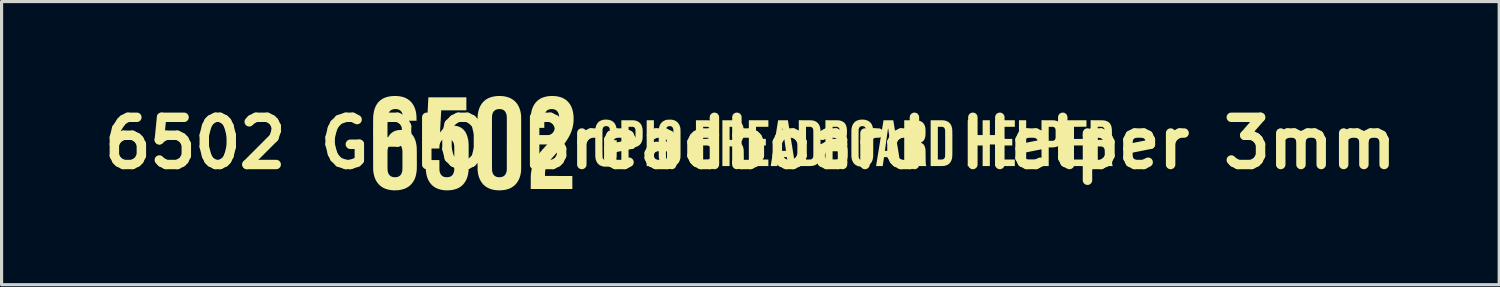
<source format=kicad_pcb>
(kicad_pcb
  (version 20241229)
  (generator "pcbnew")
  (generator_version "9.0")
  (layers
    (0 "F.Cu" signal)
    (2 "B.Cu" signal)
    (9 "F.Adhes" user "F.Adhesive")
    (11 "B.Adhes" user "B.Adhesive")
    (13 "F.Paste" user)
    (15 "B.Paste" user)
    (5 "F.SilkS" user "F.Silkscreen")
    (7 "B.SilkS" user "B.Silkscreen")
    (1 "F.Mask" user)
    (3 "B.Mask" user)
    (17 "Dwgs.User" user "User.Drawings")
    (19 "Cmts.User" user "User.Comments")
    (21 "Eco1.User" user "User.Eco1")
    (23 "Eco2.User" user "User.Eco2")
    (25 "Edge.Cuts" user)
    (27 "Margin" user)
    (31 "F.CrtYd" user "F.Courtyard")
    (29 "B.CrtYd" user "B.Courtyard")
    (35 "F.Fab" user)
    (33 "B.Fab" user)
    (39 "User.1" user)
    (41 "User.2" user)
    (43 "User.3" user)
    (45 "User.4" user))
  (footprint "6502 GPIO Breadboard Helper 3mm"
    (layer "F.Cu")
    (at 20.8 1.5)
    (property "Reference" "6502 GPIO Breadboard Helper 3mm" (at 0 0 0) (layer "F.SilkS") (effects (font (size 1.5 1.5) (thickness 0.3))))
    (attr board_only exclude_from_pos_files exclude_from_bom)
    (fp_poly (pts (xy -3.067 -0.000001) (xy -3.067 0.728) (xy -3.182 0.728) (xy -3.296 0.728) (xy -3.296 -0.000001) (xy -3.296 -0.728) (xy -3.182 -0.728) (xy -3.067 -0.728)) (stroke (width 0) (type solid)) (fill yes) (layer "F.SilkS"))
    (fp_poly (pts (xy 8.766 -0.104) (xy 8.766 0.52) (xy 8.954 0.52) (xy 9.141 0.52) (xy 9.141 0.624) (xy 9.141 0.728) (xy 8.839 0.728) (xy 8.537 0.728) (xy 8.537 -0.000001) (xy 8.537 -0.728) (xy 8.652 -0.728) (xy 8.766 -0.728)) (stroke (width 0) (type solid)) (fill yes) (layer "F.SilkS"))
    (fp_poly (pts (xy 0.572 -0.624) (xy 0.572 -0.52) (xy 0.376 -0.52) (xy 0.179 -0.52) (xy 0.179 -0.327) (xy 0.179 -0.135) (xy 0.335 -0.135) (xy 0.491 -0.135) (xy 0.491 -0.03) (xy 0.491 0.074) (xy 0.335 0.074) (xy 0.179 0.074) (xy 0.179 0.297) (xy 0.179 0.52) (xy 0.376 0.52) (xy 0.572 0.52) (xy 0.572 0.624) (xy 0.572 0.728) (xy 0.261 0.728) (xy -0.049 0.728) (xy -0.049 -0.000001) (xy -0.049 -0.728) (xy 0.261 -0.728) (xy 0.572 -0.728)) (stroke (width 0) (type solid)) (fill yes) (layer "F.SilkS"))
    (fp_poly (pts (xy 7.136 -0.431) (xy 7.136 -0.135) (xy 7.259 -0.135) (xy 7.382 -0.135) (xy 7.382 -0.431) (xy 7.382 -0.728) (xy 7.497 -0.728) (xy 7.611 -0.728) (xy 7.611 -0.000001) (xy 7.611 0.728) (xy 7.497 0.728) (xy 7.382 0.728) (xy 7.382 0.401) (xy 7.382 0.074) (xy 7.259 0.074) (xy 7.136 0.074) (xy 7.136 0.401) (xy 7.136 0.728) (xy 7.022 0.728) (xy 6.908 0.728) (xy 6.908 -0.000001) (xy 6.908 -0.728) (xy 7.022 -0.728) (xy 7.136 -0.728)) (stroke (width 0) (type solid)) (fill yes) (layer "F.SilkS"))
    (fp_poly (pts (xy 8.405 -0.624) (xy 8.405 -0.52) (xy 8.207 -0.52) (xy 8.009 -0.52) (xy 8.009 -0.327) (xy 8.009 -0.135) (xy 8.167 -0.135) (xy 8.324 -0.135) (xy 8.324 -0.03) (xy 8.324 0.074) (xy 8.167 0.074) (xy 8.009 0.074) (xy 8.009 0.297) (xy 8.009 0.52) (xy 8.207 0.52) (xy 8.405 0.52) (xy 8.405 0.624) (xy 8.405 0.728) (xy 8.093 0.728) (xy 7.781 0.728) (xy 7.781 -0.000001) (xy 7.781 -0.728) (xy 8.093 -0.728) (xy 8.405 -0.728)) (stroke (width 0) (type solid)) (fill yes) (layer "F.SilkS"))
    (fp_poly (pts (xy 10.682 -0.625) (xy 10.681 -0.522) (xy 10.483 -0.521) (xy 10.286 -0.52) (xy 10.286 -0.327) (xy 10.286 -0.135) (xy 10.444 -0.135) (xy 10.601 -0.135) (xy 10.6 -0.031) (xy 10.6 0.072) (xy 10.443 0.073) (xy 10.286 0.074) (xy 10.286 0.297) (xy 10.286 0.52) (xy 10.483 0.521) (xy 10.681 0.522) (xy 10.682 0.625) (xy 10.682 0.728) (xy 10.37 0.728) (xy 10.058 0.728) (xy 10.058 -0.000001) (xy 10.058 -0.728) (xy 10.37 -0.728) (xy 10.682 -0.728)) (stroke (width 0) (type solid)) (fill yes) (layer "F.SilkS"))
    (fp_poly (pts (xy -3.875 -0.728) (xy -3.84 -0.728) (xy -3.809 -0.728) (xy -3.782 -0.728) (xy -3.759 -0.728) (xy -3.738 -0.727) (xy -3.721 -0.726) (xy -3.705 -0.725) (xy -3.692 -0.724) (xy -3.68 -0.723) (xy -3.669 -0.721) (xy -3.659 -0.719) (xy -3.649 -0.716) (xy -3.639 -0.714) (xy -3.628 -0.71) (xy -3.625 -0.709) (xy -3.59 -0.696) (xy -3.557 -0.678) (xy -3.528 -0.656) (xy -3.503 -0.631) (xy -3.48 -0.603) (xy -3.464 -0.574) (xy -3.451 -0.545) (xy -3.44 -0.512) (xy -3.432 -0.477) (xy -3.426 -0.44) (xy -3.425 -0.433) (xy -3.424 -0.422) (xy -3.424 -0.407) (xy -3.423 -0.389) (xy -3.423 -0.368) (xy -3.423 -0.345) (xy -3.423 -0.32) (xy -3.423 -0.295) (xy -3.423 -0.269) (xy -3.424 -0.243) (xy -3.424 -0.219) (xy -3.425 -0.196) (xy -3.426 -0.175) (xy -3.426 -0.157) (xy -3.427 -0.143) (xy -3.428 -0.133) (xy -3.429 -0.129) (xy -3.437 -0.092) (xy -3.447 -0.059) (xy -3.459 -0.03) (xy -3.473 -0.003) (xy -3.489 0.021) (xy -3.509 0.044) (xy -3.528 0.062) (xy -3.547 0.078) (xy -3.569 0.091) (xy -3.578 0.096) (xy -3.598 0.106) (xy -3.618 0.113) (xy -3.638 0.12) (xy -3.66 0.125) (xy -3.683 0.129) (xy -3.709 0.132) (xy -3.738 0.133) (xy -3.771 0.134) (xy -3.798 0.134) (xy -3.872 0.135) (xy -3.872 0.431) (xy -3.872 0.728) (xy -3.986 0.728) (xy -4.101 0.728) (xy -4.101 -0.000001) (xy -4.101 -0.297) (xy -3.872 -0.297) (xy -3.872 -0.074) (xy -3.805 -0.074) (xy -3.782 -0.074) (xy -3.763 -0.074) (xy -3.748 -0.075) (xy -3.737 -0.075) (xy -3.729 -0.076) (xy -3.726 -0.077) (xy -3.705 -0.085) (xy -3.688 -0.095) (xy -3.675 -0.109) (xy -3.665 -0.127) (xy -3.657 -0.148) (xy -3.655 -0.159) (xy -3.654 -0.167) (xy -3.653 -0.179) (xy -3.652 -0.195) (xy -3.652 -0.214) (xy -3.651 -0.236) (xy -3.651 -0.259) (xy -3.651 -0.284) (xy -3.651 -0.308) (xy -3.651 -0.333) (xy -3.651 -0.356) (xy -3.652 -0.378) (xy -3.652 -0.397) (xy -3.653 -0.414) (xy -3.654 -0.426) (xy -3.655 -0.435) (xy -3.655 -0.435) (xy -3.661 -0.458) (xy -3.67 -0.477) (xy -3.682 -0.493) (xy -3.696 -0.504) (xy -3.699 -0.506) (xy -3.707 -0.51) (xy -3.715 -0.513) (xy -3.722 -0.516) (xy -3.731 -0.518) (xy -3.742 -0.519) (xy -3.755 -0.52) (xy -3.771 -0.52) (xy -3.791 -0.52) (xy -3.805 -0.52) (xy -3.872 -0.52) (xy -3.872 -0.297) (xy -4.101 -0.297) (xy -4.101 -0.728) (xy -3.914 -0.728)) (stroke (width 0) (type solid)) (fill yes) (layer "F.SilkS"))
    (fp_poly (pts (xy 9.453 -0.728) (xy 9.49 -0.728) (xy 9.522 -0.727) (xy 9.549 -0.727) (xy 9.573 -0.727) (xy 9.593 -0.727) (xy 9.61 -0.727) (xy 9.625 -0.726) (xy 9.636 -0.726) (xy 9.646 -0.725) (xy 9.654 -0.725) (xy 9.661 -0.724) (xy 9.667 -0.724) (xy 9.672 -0.723) (xy 9.677 -0.722) (xy 9.68 -0.721) (xy 9.719 -0.712) (xy 9.753 -0.7) (xy 9.784 -0.685) (xy 9.811 -0.667) (xy 9.837 -0.646) (xy 9.846 -0.636) (xy 9.867 -0.611) (xy 9.885 -0.582) (xy 9.9 -0.551) (xy 9.912 -0.516) (xy 9.922 -0.477) (xy 9.925 -0.462) (xy 9.926 -0.455) (xy 9.927 -0.448) (xy 9.927 -0.439) (xy 9.928 -0.428) (xy 9.929 -0.415) (xy 9.929 -0.399) (xy 9.929 -0.379) (xy 9.93 -0.356) (xy 9.93 -0.328) (xy 9.93 -0.315) (xy 9.93 -0.282) (xy 9.93 -0.253) (xy 9.93 -0.229) (xy 9.93 -0.208) (xy 9.93 -0.19) (xy 9.929 -0.174) (xy 9.928 -0.16) (xy 9.926 -0.147) (xy 9.925 -0.134) (xy 9.923 -0.122) (xy 9.92 -0.11) (xy 9.91 -0.07) (xy 9.896 -0.034) (xy 9.879 -0.000285) (xy 9.858 0.03) (xy 9.833 0.056) (xy 9.805 0.078) (xy 9.774 0.097) (xy 9.739 0.112) (xy 9.729 0.115) (xy 9.711 0.12) (xy 9.694 0.125) (xy 9.676 0.128) (xy 9.657 0.131) (xy 9.637 0.132) (xy 9.613 0.134) (xy 9.586 0.134) (xy 9.554 0.135) (xy 9.553 0.135) (xy 9.482 0.135) (xy 9.482 0.431) (xy 9.482 0.728) (xy 9.367 0.728) (xy 9.253 0.728) (xy 9.253 -0.000128) (xy 9.253 -0.297) (xy 9.482 -0.297) (xy 9.482 -0.074) (xy 9.548 -0.074) (xy 9.572 -0.074) (xy 9.591 -0.074) (xy 9.605 -0.075) (xy 9.616 -0.075) (xy 9.624 -0.076) (xy 9.628 -0.077) (xy 9.649 -0.085) (xy 9.666 -0.097) (xy 9.68 -0.111) (xy 9.69 -0.127) (xy 9.692 -0.134) (xy 9.695 -0.141) (xy 9.697 -0.149) (xy 9.698 -0.157) (xy 9.7 -0.167) (xy 9.701 -0.18) (xy 9.701 -0.194) (xy 9.702 -0.212) (xy 9.702 -0.234) (xy 9.702 -0.259) (xy 9.702 -0.289) (xy 9.702 -0.297) (xy 9.702 -0.326) (xy 9.702 -0.351) (xy 9.702 -0.372) (xy 9.702 -0.389) (xy 9.701 -0.403) (xy 9.701 -0.414) (xy 9.7 -0.423) (xy 9.699 -0.43) (xy 9.699 -0.435) (xy 9.693 -0.458) (xy 9.684 -0.477) (xy 9.673 -0.492) (xy 9.658 -0.503) (xy 9.64 -0.512) (xy 9.632 -0.515) (xy 9.626 -0.517) (xy 9.621 -0.518) (xy 9.614 -0.519) (xy 9.606 -0.52) (xy 9.595 -0.52) (xy 9.581 -0.52) (xy 9.564 -0.52) (xy 9.549 -0.52) (xy 9.482 -0.52) (xy 9.482 -0.297) (xy 9.253 -0.297) (xy 9.253 -0.729)) (stroke (width 0) (type solid)) (fill yes) (layer "F.SilkS"))
    (fp_poly (pts (xy 5.96 -0.728) (xy 5.995 -0.728) (xy 6.025 -0.728) (xy 6.051 -0.728) (xy 6.074 -0.728) (xy 6.093 -0.727) (xy 6.11 -0.727) (xy 6.124 -0.726) (xy 6.137 -0.725) (xy 6.148 -0.724) (xy 6.158 -0.723) (xy 6.166 -0.722) (xy 6.175 -0.72) (xy 6.183 -0.718) (xy 6.222 -0.707) (xy 6.257 -0.693) (xy 6.289 -0.674) (xy 6.319 -0.652) (xy 6.328 -0.643) (xy 6.349 -0.619) (xy 6.368 -0.591) (xy 6.384 -0.56) (xy 6.397 -0.525) (xy 6.407 -0.487) (xy 6.41 -0.474) (xy 6.411 -0.467) (xy 6.413 -0.459) (xy 6.414 -0.45) (xy 6.415 -0.441) (xy 6.416 -0.431) (xy 6.416 -0.419) (xy 6.417 -0.405) (xy 6.418 -0.39) (xy 6.418 -0.373) (xy 6.419 -0.353) (xy 6.419 -0.33) (xy 6.419 -0.304) (xy 6.42 -0.276) (xy 6.42 -0.244) (xy 6.42 -0.208) (xy 6.42 -0.168) (xy 6.42 -0.124) (xy 6.42 -0.075) (xy 6.42 -0.022) (xy 6.42 -0.000001) (xy 6.42 0.055) (xy 6.42 0.105) (xy 6.42 0.151) (xy 6.42 0.193) (xy 6.42 0.23) (xy 6.42 0.264) (xy 6.42 0.294) (xy 6.419 0.32) (xy 6.419 0.344) (xy 6.418 0.365) (xy 6.418 0.383) (xy 6.417 0.4) (xy 6.417 0.414) (xy 6.416 0.426) (xy 6.415 0.437) (xy 6.414 0.447) (xy 6.413 0.456) (xy 6.412 0.464) (xy 6.411 0.471) (xy 6.41 0.474) (xy 6.4 0.516) (xy 6.386 0.554) (xy 6.369 0.588) (xy 6.349 0.618) (xy 6.325 0.645) (xy 6.298 0.668) (xy 6.267 0.688) (xy 6.233 0.703) (xy 6.195 0.715) (xy 6.183 0.718) (xy 6.175 0.72) (xy 6.166 0.722) (xy 6.157 0.723) (xy 6.147 0.724) (xy 6.136 0.725) (xy 6.124 0.726) (xy 6.109 0.727) (xy 6.092 0.727) (xy 6.073 0.728) (xy 6.05 0.728) (xy 6.023 0.728) (xy 5.993 0.728) (xy 5.958 0.728) (xy 5.921 0.728) (xy 5.73 0.728) (xy 5.73 -0.000001) (xy 5.958 -0.000001) (xy 5.958 0.52) (xy 6.028 0.52) (xy 6.051 0.52) (xy 6.07 0.52) (xy 6.085 0.519) (xy 6.096 0.519) (xy 6.104 0.518) (xy 6.11 0.517) (xy 6.131 0.509) (xy 6.149 0.498) (xy 6.163 0.483) (xy 6.175 0.465) (xy 6.183 0.442) (xy 6.186 0.431) (xy 6.187 0.428) (xy 6.187 0.425) (xy 6.188 0.421) (xy 6.188 0.416) (xy 6.189 0.41) (xy 6.189 0.402) (xy 6.189 0.393) (xy 6.19 0.382) (xy 6.19 0.369) (xy 6.19 0.353) (xy 6.19 0.334) (xy 6.19 0.313) (xy 6.19 0.288) (xy 6.191 0.261) (xy 6.191 0.229) (xy 6.191 0.194) (xy 6.191 0.155) (xy 6.191 0.111) (xy 6.191 0.063) (xy 6.191 0.01) (xy 6.191 -0.000001) (xy 6.191 -0.054) (xy 6.191 -0.103) (xy 6.191 -0.147) (xy 6.191 -0.187) (xy 6.191 -0.223) (xy 6.191 -0.256) (xy 6.19 -0.284) (xy 6.19 -0.309) (xy 6.19 -0.331) (xy 6.19 -0.35) (xy 6.19 -0.366) (xy 6.19 -0.38) (xy 6.189 -0.391) (xy 6.189 -0.401) (xy 6.189 -0.409) (xy 6.188 -0.415) (xy 6.188 -0.42) (xy 6.188 -0.424) (xy 6.187 -0.428) (xy 6.187 -0.43) (xy 6.186 -0.431) (xy 6.179 -0.455) (xy 6.169 -0.476) (xy 6.156 -0.492) (xy 6.14 -0.505) (xy 6.12 -0.514) (xy 6.11 -0.517) (xy 6.104 -0.518) (xy 6.096 -0.519) (xy 6.084 -0.52) (xy 6.069 -0.52) (xy 6.05 -0.52) (xy 6.028 -0.52) (xy 5.958 -0.52) (xy 5.958 -0.000001) (xy 5.73 -0.000001) (xy 5.73 -0.728) (xy 5.921 -0.728)) (stroke (width 0) (type solid)) (fill yes) (layer "F.SilkS"))
    (fp_poly (pts (xy 1.746 -0.728) (xy 1.783 -0.728) (xy 1.816 -0.727) (xy 1.844 -0.727) (xy 1.868 -0.727) (xy 1.889 -0.727) (xy 1.906 -0.727) (xy 1.921 -0.726) (xy 1.933 -0.726) (xy 1.943 -0.726) (xy 1.952 -0.725) (xy 1.958 -0.725) (xy 1.964 -0.724) (xy 1.97 -0.723) (xy 1.975 -0.722) (xy 1.979 -0.721) (xy 2.018 -0.712) (xy 2.052 -0.7) (xy 2.083 -0.686) (xy 2.11 -0.667) (xy 2.136 -0.646) (xy 2.145 -0.636) (xy 2.168 -0.608) (xy 2.187 -0.577) (xy 2.203 -0.542) (xy 2.215 -0.503) (xy 2.216 -0.5) (xy 2.217 -0.493) (xy 2.219 -0.487) (xy 2.22 -0.481) (xy 2.221 -0.475) (xy 2.222 -0.469) (xy 2.223 -0.463) (xy 2.224 -0.456) (xy 2.225 -0.447) (xy 2.226 -0.438) (xy 2.226 -0.427) (xy 2.227 -0.415) (xy 2.227 -0.4) (xy 2.227 -0.383) (xy 2.228 -0.364) (xy 2.228 -0.342) (xy 2.228 -0.318) (xy 2.228 -0.29) (xy 2.228 -0.258) (xy 2.228 -0.223) (xy 2.229 -0.184) (xy 2.229 -0.141) (xy 2.229 -0.094) (xy 2.229 -0.042) (xy 2.229 -0.000001) (xy 2.229 0.056) (xy 2.229 0.107) (xy 2.229 0.153) (xy 2.229 0.195) (xy 2.228 0.233) (xy 2.228 0.267) (xy 2.228 0.297) (xy 2.228 0.324) (xy 2.228 0.348) (xy 2.228 0.37) (xy 2.227 0.388) (xy 2.227 0.404) (xy 2.227 0.418) (xy 2.226 0.43) (xy 2.225 0.441) (xy 2.225 0.45) (xy 2.224 0.458) (xy 2.223 0.465) (xy 2.222 0.471) (xy 2.221 0.477) (xy 2.22 0.483) (xy 2.218 0.489) (xy 2.217 0.495) (xy 2.216 0.5) (xy 2.204 0.538) (xy 2.189 0.574) (xy 2.17 0.605) (xy 2.147 0.634) (xy 2.145 0.636) (xy 2.122 0.658) (xy 2.096 0.677) (xy 2.068 0.693) (xy 2.036 0.706) (xy 2.001 0.716) (xy 1.962 0.724) (xy 1.946 0.726) (xy 1.939 0.726) (xy 1.928 0.727) (xy 1.912 0.727) (xy 1.892 0.728) (xy 1.868 0.728) (xy 1.841 0.728) (xy 1.81 0.728) (xy 1.777 0.728) (xy 1.741 0.728) (xy 1.732 0.728) (xy 1.539 0.728) (xy 1.539 -0.000001) (xy 1.768 -0.000001) (xy 1.768 0.52) (xy 1.838 0.52) (xy 1.861 0.52) (xy 1.878 0.52) (xy 1.892 0.52) (xy 1.903 0.519) (xy 1.911 0.519) (xy 1.918 0.518) (xy 1.923 0.516) (xy 1.923 0.516) (xy 1.944 0.508) (xy 1.962 0.497) (xy 1.976 0.482) (xy 1.986 0.466) (xy 1.988 0.462) (xy 1.989 0.459) (xy 1.991 0.455) (xy 1.993 0.451) (xy 1.994 0.447) (xy 1.995 0.442) (xy 1.996 0.437) (xy 1.997 0.43) (xy 1.998 0.422) (xy 1.999 0.413) (xy 1.999 0.401) (xy 2 0.388) (xy 2 0.372) (xy 2.001 0.354) (xy 2.001 0.333) (xy 2.001 0.309) (xy 2.001 0.282) (xy 2.001 0.251) (xy 2.001 0.217) (xy 2.001 0.178) (xy 2.001 0.136) (xy 2.001 0.089) (xy 2.001 0.037) (xy 2.001 -0.000001) (xy 2.001 -0.055) (xy 2.001 -0.105) (xy 2.001 -0.151) (xy 2.001 -0.192) (xy 2.001 -0.229) (xy 2.001 -0.262) (xy 2.001 -0.291) (xy 2.001 -0.318) (xy 2.001 -0.34) (xy 2 -0.36) (xy 2 -0.378) (xy 2 -0.393) (xy 1.999 -0.405) (xy 1.998 -0.416) (xy 1.998 -0.425) (xy 1.997 -0.433) (xy 1.996 -0.439) (xy 1.995 -0.444) (xy 1.993 -0.449) (xy 1.992 -0.453) (xy 1.991 -0.456) (xy 1.989 -0.46) (xy 1.987 -0.464) (xy 1.986 -0.466) (xy 1.975 -0.484) (xy 1.96 -0.498) (xy 1.942 -0.509) (xy 1.923 -0.516) (xy 1.918 -0.518) (xy 1.911 -0.519) (xy 1.903 -0.519) (xy 1.893 -0.52) (xy 1.879 -0.52) (xy 1.861 -0.52) (xy 1.839 -0.52) (xy 1.838 -0.52) (xy 1.768 -0.52) (xy 1.768 -0.000001) (xy 1.539 -0.000001) (xy 1.539 -0.000125) (xy 1.539 -0.729)) (stroke (width 0) (type solid)) (fill yes) (layer "F.SilkS"))
    (fp_poly (pts (xy -0.661 -0.728) (xy -0.624 -0.728) (xy -0.592 -0.728) (xy -0.564 -0.728) (xy -0.54 -0.727) (xy -0.518 -0.727) (xy -0.499 -0.726) (xy -0.483 -0.725) (xy -0.468 -0.723) (xy -0.455 -0.722) (xy -0.443 -0.72) (xy -0.432 -0.717) (xy -0.421 -0.715) (xy -0.41 -0.711) (xy -0.399 -0.708) (xy -0.396 -0.707) (xy -0.367 -0.696) (xy -0.343 -0.684) (xy -0.321 -0.67) (xy -0.301 -0.653) (xy -0.295 -0.648) (xy -0.274 -0.625) (xy -0.257 -0.599) (xy -0.242 -0.569) (xy -0.231 -0.536) (xy -0.222 -0.499) (xy -0.215 -0.458) (xy -0.214 -0.45) (xy -0.213 -0.438) (xy -0.213 -0.422) (xy -0.212 -0.403) (xy -0.212 -0.381) (xy -0.212 -0.358) (xy -0.212 -0.335) (xy -0.213 -0.311) (xy -0.213 -0.288) (xy -0.214 -0.267) (xy -0.215 -0.248) (xy -0.216 -0.232) (xy -0.217 -0.221) (xy -0.218 -0.217) (xy -0.227 -0.178) (xy -0.239 -0.142) (xy -0.254 -0.111) (xy -0.273 -0.083) (xy -0.294 -0.059) (xy -0.319 -0.04) (xy -0.34 -0.027) (xy -0.35 -0.022) (xy -0.357 -0.018) (xy -0.36 -0.015) (xy -0.361 -0.014) (xy -0.358 -0.013) (xy -0.352 -0.009) (xy -0.344 -0.006) (xy -0.342 -0.005) (xy -0.317 0.007) (xy -0.294 0.023) (xy -0.275 0.041) (xy -0.259 0.063) (xy -0.245 0.089) (xy -0.233 0.119) (xy -0.224 0.153) (xy -0.216 0.191) (xy -0.215 0.199) (xy -0.215 0.205) (xy -0.214 0.213) (xy -0.213 0.223) (xy -0.213 0.234) (xy -0.212 0.249) (xy -0.212 0.266) (xy -0.211 0.286) (xy -0.211 0.309) (xy -0.21 0.337) (xy -0.21 0.368) (xy -0.21 0.405) (xy -0.209 0.434) (xy -0.209 0.477) (xy -0.209 0.516) (xy -0.208 0.551) (xy -0.207 0.581) (xy -0.207 0.606) (xy -0.206 0.627) (xy -0.206 0.642) (xy -0.205 0.653) (xy -0.205 0.659) (xy -0.2 0.682) (xy -0.194 0.703) (xy -0.189 0.717) (xy -0.184 0.728) (xy -0.301 0.728) (xy -0.417 0.728) (xy -0.422 0.711) (xy -0.425 0.704) (xy -0.427 0.696) (xy -0.428 0.689) (xy -0.43 0.682) (xy -0.431 0.674) (xy -0.433 0.666) (xy -0.434 0.656) (xy -0.434 0.644) (xy -0.435 0.631) (xy -0.436 0.615) (xy -0.436 0.596) (xy -0.436 0.574) (xy -0.437 0.549) (xy -0.437 0.519) (xy -0.437 0.486) (xy -0.438 0.448) (xy -0.438 0.437) (xy -0.438 0.398) (xy -0.439 0.364) (xy -0.439 0.335) (xy -0.439 0.31) (xy -0.439 0.288) (xy -0.44 0.27) (xy -0.44 0.255) (xy -0.441 0.242) (xy -0.441 0.232) (xy -0.442 0.224) (xy -0.442 0.218) (xy -0.443 0.213) (xy -0.444 0.208) (xy -0.444 0.206) (xy -0.449 0.186) (xy -0.455 0.169) (xy -0.462 0.156) (xy -0.471 0.144) (xy -0.48 0.135) (xy -0.49 0.126) (xy -0.502 0.119) (xy -0.515 0.114) (xy -0.53 0.11) (xy -0.547 0.107) (xy -0.569 0.105) (xy -0.594 0.104) (xy -0.61 0.104) (xy -0.661 0.104) (xy -0.661 0.416) (xy -0.661 0.728) (xy -0.775 0.728) (xy -0.89 0.728) (xy -0.89 -0.000001) (xy -0.89 -0.312) (xy -0.661 -0.312) (xy -0.661 -0.104) (xy -0.61 -0.104) (xy -0.588 -0.104) (xy -0.569 -0.105) (xy -0.554 -0.106) (xy -0.542 -0.107) (xy -0.539 -0.108) (xy -0.515 -0.114) (xy -0.495 -0.124) (xy -0.477 -0.138) (xy -0.463 -0.155) (xy -0.452 -0.177) (xy -0.446 -0.194) (xy -0.445 -0.201) (xy -0.444 -0.213) (xy -0.443 -0.228) (xy -0.442 -0.245) (xy -0.441 -0.265) (xy -0.441 -0.287) (xy -0.441 -0.309) (xy -0.44 -0.331) (xy -0.44 -0.352) (xy -0.441 -0.372) (xy -0.441 -0.389) (xy -0.442 -0.404) (xy -0.443 -0.415) (xy -0.443 -0.416) (xy -0.449 -0.443) (xy -0.457 -0.466) (xy -0.468 -0.484) (xy -0.482 -0.499) (xy -0.499 -0.51) (xy -0.506 -0.513) (xy -0.511 -0.515) (xy -0.515 -0.516) (xy -0.52 -0.517) (xy -0.527 -0.518) (xy -0.535 -0.519) (xy -0.547 -0.519) (xy -0.561 -0.519) (xy -0.58 -0.52) (xy -0.591 -0.52) (xy -0.661 -0.521) (xy -0.661 -0.312) (xy -0.89 -0.312) (xy -0.89 -0.728) (xy -0.702 -0.728)) (stroke (width 0) (type solid)) (fill yes) (layer "F.SilkS"))
    (fp_poly (pts (xy 2.591 -0.728) (xy 2.63 -0.728) (xy 2.664 -0.727) (xy 2.693 -0.727) (xy 2.719 -0.727) (xy 2.741 -0.727) (xy 2.76 -0.726) (xy 2.777 -0.726) (xy 2.791 -0.725) (xy 2.803 -0.725) (xy 2.813 -0.724) (xy 2.822 -0.723) (xy 2.831 -0.721) (xy 2.839 -0.72) (xy 2.847 -0.718) (xy 2.855 -0.716) (xy 2.864 -0.713) (xy 2.866 -0.713) (xy 2.901 -0.701) (xy 2.934 -0.687) (xy 2.962 -0.668) (xy 2.988 -0.647) (xy 3.009 -0.621) (xy 3.028 -0.593) (xy 3.042 -0.56) (xy 3.054 -0.524) (xy 3.062 -0.484) (xy 3.067 -0.443) (xy 3.069 -0.42) (xy 3.07 -0.395) (xy 3.07 -0.368) (xy 3.069 -0.341) (xy 3.069 -0.314) (xy 3.067 -0.288) (xy 3.065 -0.265) (xy 3.063 -0.246) (xy 3.061 -0.237) (xy 3.052 -0.199) (xy 3.039 -0.165) (xy 3.023 -0.135) (xy 3.003 -0.109) (xy 2.981 -0.086) (xy 2.955 -0.068) (xy 2.943 -0.061) (xy 2.934 -0.056) (xy 2.927 -0.052) (xy 2.924 -0.048) (xy 2.923 -0.048) (xy 2.926 -0.045) (xy 2.932 -0.042) (xy 2.941 -0.038) (xy 2.942 -0.037) (xy 2.953 -0.032) (xy 2.965 -0.026) (xy 2.977 -0.018) (xy 2.98 -0.017) (xy 3.005 0.003) (xy 3.027 0.026) (xy 3.046 0.053) (xy 3.062 0.084) (xy 3.074 0.119) (xy 3.083 0.157) (xy 3.09 0.2) (xy 3.09 0.207) (xy 3.091 0.219) (xy 3.092 0.235) (xy 3.092 0.254) (xy 3.093 0.276) (xy 3.093 0.3) (xy 3.093 0.324) (xy 3.093 0.348) (xy 3.092 0.371) (xy 3.092 0.392) (xy 3.091 0.41) (xy 3.091 0.425) (xy 3.09 0.43) (xy 3.085 0.473) (xy 3.076 0.513) (xy 3.064 0.549) (xy 3.048 0.581) (xy 3.029 0.611) (xy 3.006 0.638) (xy 3.004 0.639) (xy 2.979 0.661) (xy 2.952 0.68) (xy 2.921 0.696) (xy 2.886 0.709) (xy 2.847 0.719) (xy 2.831 0.722) (xy 2.827 0.723) (xy 2.822 0.724) (xy 2.816 0.725) (xy 2.809 0.725) (xy 2.8 0.726) (xy 2.79 0.726) (xy 2.777 0.726) (xy 2.762 0.727) (xy 2.744 0.727) (xy 2.723 0.727) (xy 2.698 0.727) (xy 2.669 0.728) (xy 2.636 0.728) (xy 2.598 0.728) (xy 2.596 0.728) (xy 2.385 0.729) (xy 2.385 0.297) (xy 2.613 0.297) (xy 2.613 0.521) (xy 2.696 0.52) (xy 2.719 0.52) (xy 2.738 0.519) (xy 2.752 0.519) (xy 2.764 0.519) (xy 2.773 0.518) (xy 2.78 0.517) (xy 2.785 0.516) (xy 2.79 0.515) (xy 2.795 0.514) (xy 2.796 0.513) (xy 2.813 0.505) (xy 2.829 0.494) (xy 2.841 0.48) (xy 2.848 0.469) (xy 2.851 0.461) (xy 2.854 0.453) (xy 2.857 0.445) (xy 2.859 0.435) (xy 2.86 0.424) (xy 2.861 0.411) (xy 2.862 0.394) (xy 2.863 0.374) (xy 2.863 0.351) (xy 2.864 0.333) (xy 2.864 0.297) (xy 2.864 0.266) (xy 2.863 0.24) (xy 2.862 0.216) (xy 2.86 0.196) (xy 2.858 0.179) (xy 2.855 0.164) (xy 2.851 0.151) (xy 2.846 0.139) (xy 2.844 0.133) (xy 2.835 0.12) (xy 2.823 0.107) (xy 2.81 0.095) (xy 2.798 0.088) (xy 2.789 0.084) (xy 2.78 0.081) (xy 2.769 0.078) (xy 2.758 0.076) (xy 2.745 0.075) (xy 2.728 0.074) (xy 2.708 0.074) (xy 2.684 0.074) (xy 2.68 0.074) (xy 2.613 0.074) (xy 2.613 0.297) (xy 2.385 0.297) (xy 2.385 -0.000003) (xy 2.385 -0.327) (xy 2.613 -0.327) (xy 2.613 -0.134) (xy 2.675 -0.135) (xy 2.693 -0.136) (xy 2.71 -0.137) (xy 2.725 -0.137) (xy 2.737 -0.138) (xy 2.746 -0.139) (xy 2.749 -0.14) (xy 2.772 -0.147) (xy 2.792 -0.159) (xy 2.809 -0.174) (xy 2.822 -0.194) (xy 2.832 -0.217) (xy 2.836 -0.23) (xy 2.837 -0.239) (xy 2.838 -0.253) (xy 2.839 -0.269) (xy 2.84 -0.289) (xy 2.841 -0.31) (xy 2.841 -0.332) (xy 2.84 -0.354) (xy 2.84 -0.375) (xy 2.839 -0.394) (xy 2.838 -0.411) (xy 2.837 -0.424) (xy 2.836 -0.431) (xy 2.829 -0.456) (xy 2.819 -0.476) (xy 2.807 -0.492) (xy 2.793 -0.504) (xy 2.788 -0.506) (xy 2.781 -0.51) (xy 2.773 -0.513) (xy 2.766 -0.516) (xy 2.757 -0.518) (xy 2.746 -0.519) (xy 2.734 -0.52) (xy 2.717 -0.52) (xy 2.698 -0.52) (xy 2.681 -0.52) (xy 2.613 -0.52) (xy 2.613 -0.327) (xy 2.385 -0.327) (xy 2.385 -0.729)) (stroke (width 0) (type solid)) (fill yes) (layer "F.SilkS"))
    (fp_poly (pts (xy -1.503 -0.728) (xy -1.47 -0.728) (xy -1.439 -0.728) (xy -1.411 -0.728) (xy -1.386 -0.728) (xy -1.364 -0.727) (xy -1.347 -0.727) (xy -1.334 -0.726) (xy -1.326 -0.726) (xy -1.324 -0.726) (xy -1.281 -0.72) (xy -1.242 -0.71) (xy -1.207 -0.698) (xy -1.175 -0.683) (xy -1.147 -0.664) (xy -1.123 -0.642) (xy -1.103 -0.616) (xy -1.085 -0.587) (xy -1.071 -0.554) (xy -1.06 -0.517) (xy -1.053 -0.485) (xy -1.052 -0.474) (xy -1.051 -0.459) (xy -1.049 -0.441) (xy -1.049 -0.42) (xy -1.048 -0.398) (xy -1.047 -0.375) (xy -1.047 -0.352) (xy -1.047 -0.331) (xy -1.048 -0.311) (xy -1.048 -0.294) (xy -1.049 -0.28) (xy -1.049 -0.279) (xy -1.055 -0.24) (xy -1.063 -0.204) (xy -1.074 -0.171) (xy -1.088 -0.143) (xy -1.103 -0.12) (xy -1.123 -0.099) (xy -1.145 -0.079) (xy -1.169 -0.063) (xy -1.182 -0.056) (xy -1.189 -0.052) (xy -1.193 -0.049) (xy -1.194 -0.048) (xy -1.191 -0.046) (xy -1.185 -0.042) (xy -1.177 -0.038) (xy -1.174 -0.037) (xy -1.144 -0.022) (xy -1.117 -0.002) (xy -1.094 0.021) (xy -1.074 0.048) (xy -1.057 0.079) (xy -1.044 0.113) (xy -1.034 0.151) (xy -1.028 0.188) (xy -1.027 0.197) (xy -1.026 0.206) (xy -1.025 0.216) (xy -1.025 0.227) (xy -1.025 0.241) (xy -1.024 0.257) (xy -1.024 0.276) (xy -1.025 0.299) (xy -1.025 0.327) (xy -1.025 0.336) (xy -1.025 0.363) (xy -1.026 0.387) (xy -1.026 0.406) (xy -1.026 0.422) (xy -1.027 0.435) (xy -1.027 0.446) (xy -1.028 0.454) (xy -1.029 0.462) (xy -1.03 0.469) (xy -1.031 0.476) (xy -1.031 0.476) (xy -1.042 0.518) (xy -1.055 0.555) (xy -1.072 0.588) (xy -1.093 0.618) (xy -1.117 0.645) (xy -1.145 0.667) (xy -1.176 0.687) (xy -1.211 0.702) (xy -1.25 0.715) (xy -1.279 0.721) (xy -1.284 0.722) (xy -1.29 0.723) (xy -1.295 0.724) (xy -1.301 0.725) (xy -1.308 0.725) (xy -1.316 0.726) (xy -1.327 0.726) (xy -1.339 0.726) (xy -1.354 0.727) (xy -1.371 0.727) (xy -1.392 0.727) (xy -1.417 0.727) (xy -1.445 0.727) (xy -1.478 0.728) (xy -1.515 0.728) (xy -1.518 0.728) (xy -1.73 0.729) (xy -1.73 0.297) (xy -1.501 0.297) (xy -1.501 0.521) (xy -1.418 0.52) (xy -1.395 0.519) (xy -1.375 0.519) (xy -1.36 0.519) (xy -1.348 0.518) (xy -1.339 0.518) (xy -1.332 0.517) (xy -1.327 0.516) (xy -1.322 0.515) (xy -1.322 0.515) (xy -1.302 0.505) (xy -1.286 0.492) (xy -1.273 0.476) (xy -1.263 0.457) (xy -1.263 0.456) (xy -1.26 0.447) (xy -1.258 0.439) (xy -1.257 0.431) (xy -1.255 0.422) (xy -1.254 0.411) (xy -1.254 0.399) (xy -1.253 0.384) (xy -1.253 0.365) (xy -1.253 0.344) (xy -1.253 0.318) (xy -1.253 0.297) (xy -1.253 0.27) (xy -1.254 0.248) (xy -1.254 0.23) (xy -1.254 0.216) (xy -1.255 0.204) (xy -1.255 0.195) (xy -1.256 0.187) (xy -1.257 0.181) (xy -1.258 0.176) (xy -1.259 0.17) (xy -1.26 0.168) (xy -1.268 0.143) (xy -1.279 0.123) (xy -1.293 0.106) (xy -1.31 0.093) (xy -1.33 0.083) (xy -1.351 0.077) (xy -1.359 0.076) (xy -1.369 0.075) (xy -1.383 0.074) (xy -1.401 0.074) (xy -1.423 0.074) (xy -1.435 0.074) (xy -1.501 0.074) (xy -1.501 0.297) (xy -1.73 0.297) (xy -1.73 0.000121) (xy -1.73 -0.327) (xy -1.501 -0.327) (xy -1.501 -0.134) (xy -1.44 -0.135) (xy -1.417 -0.136) (xy -1.399 -0.137) (xy -1.385 -0.138) (xy -1.374 -0.139) (xy -1.366 -0.14) (xy -1.363 -0.141) (xy -1.341 -0.149) (xy -1.321 -0.16) (xy -1.306 -0.175) (xy -1.293 -0.194) (xy -1.284 -0.217) (xy -1.281 -0.225) (xy -1.28 -0.233) (xy -1.279 -0.245) (xy -1.277 -0.261) (xy -1.277 -0.28) (xy -1.276 -0.3) (xy -1.276 -0.321) (xy -1.276 -0.343) (xy -1.276 -0.364) (xy -1.276 -0.383) (xy -1.277 -0.4) (xy -1.278 -0.415) (xy -1.279 -0.424) (xy -1.285 -0.449) (xy -1.295 -0.471) (xy -1.307 -0.489) (xy -1.323 -0.503) (xy -1.341 -0.513) (xy -1.345 -0.515) (xy -1.35 -0.516) (xy -1.355 -0.517) (xy -1.361 -0.518) (xy -1.37 -0.519) (xy -1.381 -0.519) (xy -1.395 -0.519) (xy -1.413 -0.52) (xy -1.428 -0.52) (xy -1.501 -0.521) (xy -1.501 -0.327) (xy -1.73 -0.327) (xy -1.73 -0.728) (xy -1.539 -0.728)) (stroke (width 0) (type solid)) (fill yes) (layer "F.SilkS"))
    (fp_poly (pts (xy 5.114 -0.728) (xy 5.149 -0.728) (xy 5.18 -0.728) (xy 5.208 -0.728) (xy 5.233 -0.728) (xy 5.254 -0.727) (xy 5.27 -0.727) (xy 5.283 -0.726) (xy 5.29 -0.726) (xy 5.29 -0.726) (xy 5.333 -0.72) (xy 5.372 -0.71) (xy 5.407 -0.698) (xy 5.438 -0.683) (xy 5.466 -0.664) (xy 5.49 -0.643) (xy 5.51 -0.618) (xy 5.528 -0.589) (xy 5.542 -0.556) (xy 5.548 -0.538) (xy 5.553 -0.524) (xy 5.556 -0.51) (xy 5.559 -0.497) (xy 5.561 -0.482) (xy 5.563 -0.467) (xy 5.565 -0.449) (xy 5.566 -0.429) (xy 5.566 -0.405) (xy 5.567 -0.376) (xy 5.567 -0.374) (xy 5.567 -0.345) (xy 5.567 -0.319) (xy 5.567 -0.295) (xy 5.566 -0.275) (xy 5.566 -0.259) (xy 5.565 -0.253) (xy 5.56 -0.211) (xy 5.551 -0.173) (xy 5.539 -0.138) (xy 5.524 -0.107) (xy 5.505 -0.08) (xy 5.483 -0.057) (xy 5.457 -0.038) (xy 5.439 -0.027) (xy 5.43 -0.022) (xy 5.423 -0.018) (xy 5.418 -0.015) (xy 5.418 -0.015) (xy 5.42 -0.012) (xy 5.422 -0.011) (xy 5.441 -0.003) (xy 5.46 0.007) (xy 5.478 0.018) (xy 5.493 0.03) (xy 5.504 0.041) (xy 5.521 0.065) (xy 5.536 0.092) (xy 5.548 0.123) (xy 5.555 0.148) (xy 5.557 0.158) (xy 5.559 0.167) (xy 5.561 0.176) (xy 5.562 0.186) (xy 5.564 0.196) (xy 5.565 0.207) (xy 5.566 0.22) (xy 5.567 0.234) (xy 5.567 0.251) (xy 5.568 0.271) (xy 5.568 0.293) (xy 5.569 0.319) (xy 5.569 0.349) (xy 5.57 0.382) (xy 5.57 0.421) (xy 5.57 0.437) (xy 5.57 0.476) (xy 5.571 0.511) (xy 5.571 0.542) (xy 5.572 0.568) (xy 5.572 0.591) (xy 5.572 0.611) (xy 5.573 0.627) (xy 5.574 0.642) (xy 5.575 0.654) (xy 5.576 0.664) (xy 5.577 0.673) (xy 5.579 0.681) (xy 5.58 0.688) (xy 5.582 0.695) (xy 5.584 0.701) (xy 5.587 0.708) (xy 5.59 0.717) (xy 5.592 0.724) (xy 5.593 0.727) (xy 5.593 0.727) (xy 5.591 0.727) (xy 5.583 0.728) (xy 5.572 0.728) (xy 5.558 0.728) (xy 5.54 0.728) (xy 5.52 0.728) (xy 5.497 0.728) (xy 5.478 0.728) (xy 5.362 0.728) (xy 5.357 0.711) (xy 5.355 0.703) (xy 5.353 0.696) (xy 5.351 0.689) (xy 5.349 0.682) (xy 5.348 0.674) (xy 5.347 0.666) (xy 5.346 0.656) (xy 5.345 0.645) (xy 5.344 0.632) (xy 5.344 0.616) (xy 5.343 0.598) (xy 5.343 0.576) (xy 5.343 0.551) (xy 5.342 0.523) (xy 5.342 0.49) (xy 5.342 0.452) (xy 5.342 0.439) (xy 5.341 0.401) (xy 5.341 0.368) (xy 5.341 0.339) (xy 5.34 0.314) (xy 5.34 0.293) (xy 5.34 0.275) (xy 5.34 0.26) (xy 5.339 0.248) (xy 5.339 0.238) (xy 5.338 0.23) (xy 5.338 0.223) (xy 5.337 0.217) (xy 5.336 0.212) (xy 5.336 0.208) (xy 5.335 0.204) (xy 5.328 0.179) (xy 5.318 0.158) (xy 5.307 0.142) (xy 5.292 0.128) (xy 5.274 0.118) (xy 5.256 0.111) (xy 5.249 0.109) (xy 5.242 0.108) (xy 5.234 0.107) (xy 5.223 0.106) (xy 5.21 0.106) (xy 5.192 0.105) (xy 5.179 0.105) (xy 5.118 0.104) (xy 5.118 0.416) (xy 5.118 0.728) (xy 5.004 0.728) (xy 4.89 0.728) (xy 4.89 -0.000001) (xy 4.89 -0.312) (xy 5.118 -0.312) (xy 5.118 -0.104) (xy 5.17 -0.104) (xy 5.191 -0.104) (xy 5.21 -0.105) (xy 5.226 -0.106) (xy 5.238 -0.107) (xy 5.24 -0.108) (xy 5.265 -0.114) (xy 5.286 -0.125) (xy 5.3 -0.136) (xy 5.312 -0.148) (xy 5.321 -0.163) (xy 5.329 -0.181) (xy 5.332 -0.19) (xy 5.333 -0.196) (xy 5.334 -0.201) (xy 5.335 -0.207) (xy 5.336 -0.213) (xy 5.337 -0.222) (xy 5.337 -0.233) (xy 5.338 -0.246) (xy 5.338 -0.263) (xy 5.338 -0.285) (xy 5.339 -0.302) (xy 5.339 -0.331) (xy 5.339 -0.356) (xy 5.339 -0.376) (xy 5.338 -0.393) (xy 5.337 -0.408) (xy 5.336 -0.42) (xy 5.334 -0.431) (xy 5.332 -0.44) (xy 5.329 -0.449) (xy 5.329 -0.452) (xy 5.319 -0.473) (xy 5.306 -0.491) (xy 5.29 -0.504) (xy 5.274 -0.513) (xy 5.269 -0.515) (xy 5.264 -0.516) (xy 5.259 -0.517) (xy 5.253 -0.518) (xy 5.244 -0.519) (xy 5.233 -0.519) (xy 5.218 -0.519) (xy 5.199 -0.52) (xy 5.189 -0.52) (xy 5.118 -0.521) (xy 5.118 -0.312) (xy 4.89 -0.312) (xy 4.89 -0.728) (xy 5.078 -0.728)) (stroke (width 0) (type solid)) (fill yes) (layer "F.SilkS"))
    (fp_poly (pts (xy 11.017 -0.728) (xy 11.054 -0.728) (xy 11.087 -0.727) (xy 11.115 -0.727) (xy 11.14 -0.727) (xy 11.161 -0.727) (xy 11.178 -0.727) (xy 11.193 -0.726) (xy 11.205 -0.726) (xy 11.216 -0.725) (xy 11.224 -0.725) (xy 11.231 -0.724) (xy 11.236 -0.724) (xy 11.242 -0.723) (xy 11.243 -0.723) (xy 11.283 -0.714) (xy 11.32 -0.702) (xy 11.352 -0.688) (xy 11.38 -0.671) (xy 11.405 -0.651) (xy 11.426 -0.628) (xy 11.444 -0.602) (xy 11.453 -0.585) (xy 11.463 -0.562) (xy 11.472 -0.536) (xy 11.479 -0.509) (xy 11.484 -0.478) (xy 11.488 -0.444) (xy 11.49 -0.406) (xy 11.491 -0.364) (xy 11.491 -0.318) (xy 11.491 -0.315) (xy 11.49 -0.281) (xy 11.488 -0.252) (xy 11.485 -0.227) (xy 11.482 -0.204) (xy 11.477 -0.183) (xy 11.472 -0.164) (xy 11.465 -0.145) (xy 11.464 -0.141) (xy 11.45 -0.114) (xy 11.434 -0.089) (xy 11.414 -0.066) (xy 11.392 -0.046) (xy 11.368 -0.03) (xy 11.354 -0.023) (xy 11.346 -0.019) (xy 11.343 -0.015) (xy 11.344 -0.012) (xy 11.349 -0.01) (xy 11.378 0.003) (xy 11.402 0.019) (xy 11.423 0.037) (xy 11.441 0.058) (xy 11.455 0.083) (xy 11.467 0.112) (xy 11.475 0.138) (xy 11.478 0.149) (xy 11.48 0.158) (xy 11.482 0.166) (xy 11.483 0.175) (xy 11.485 0.185) (xy 11.487 0.199) (xy 11.488 0.209) (xy 11.489 0.218) (xy 11.49 0.227) (xy 11.49 0.239) (xy 11.491 0.253) (xy 11.491 0.269) (xy 11.491 0.289) (xy 11.492 0.312) (xy 11.492 0.34) (xy 11.492 0.372) (xy 11.492 0.385) (xy 11.492 0.437) (xy 11.492 0.484) (xy 11.493 0.526) (xy 11.494 0.563) (xy 11.495 0.595) (xy 11.496 0.622) (xy 11.497 0.644) (xy 11.499 0.661) (xy 11.501 0.673) (xy 11.501 0.673) (xy 11.507 0.698) (xy 11.515 0.721) (xy 11.516 0.724) (xy 11.516 0.725) (xy 11.516 0.726) (xy 11.514 0.727) (xy 11.51 0.727) (xy 11.505 0.728) (xy 11.497 0.728) (xy 11.486 0.728) (xy 11.471 0.728) (xy 11.453 0.728) (xy 11.431 0.728) (xy 11.404 0.728) (xy 11.402 0.728) (xy 11.285 0.727) (xy 11.282 0.717) (xy 11.28 0.71) (xy 11.277 0.699) (xy 11.274 0.688) (xy 11.273 0.685) (xy 11.272 0.681) (xy 11.271 0.677) (xy 11.271 0.673) (xy 11.27 0.667) (xy 11.269 0.661) (xy 11.269 0.652) (xy 11.268 0.642) (xy 11.268 0.63) (xy 11.268 0.615) (xy 11.267 0.598) (xy 11.267 0.577) (xy 11.267 0.552) (xy 11.267 0.523) (xy 11.266 0.49) (xy 11.266 0.453) (xy 11.266 0.451) (xy 11.266 0.412) (xy 11.265 0.377) (xy 11.265 0.348) (xy 11.265 0.322) (xy 11.264 0.3) (xy 11.264 0.281) (xy 11.263 0.265) (xy 11.263 0.252) (xy 11.263 0.242) (xy 11.262 0.233) (xy 11.261 0.226) (xy 11.261 0.22) (xy 11.26 0.216) (xy 11.26 0.215) (xy 11.254 0.19) (xy 11.247 0.169) (xy 11.238 0.151) (xy 11.226 0.137) (xy 11.212 0.126) (xy 11.194 0.117) (xy 11.178 0.111) (xy 11.172 0.109) (xy 11.166 0.108) (xy 11.16 0.107) (xy 11.152 0.106) (xy 11.142 0.106) (xy 11.129 0.105) (xy 11.112 0.105) (xy 11.101 0.105) (xy 11.041 0.105) (xy 11.042 0.417) (xy 11.043 0.728) (xy 10.929 0.728) (xy 10.814 0.728) (xy 10.814 -0.000139) (xy 10.814 -0.52) (xy 11.039 -0.52) (xy 11.041 -0.442) (xy 11.041 -0.423) (xy 11.042 -0.4) (xy 11.042 -0.374) (xy 11.042 -0.345) (xy 11.042 -0.315) (xy 11.042 -0.285) (xy 11.043 -0.255) (xy 11.043 -0.234) (xy 11.043 -0.103) (xy 11.103 -0.105) (xy 11.124 -0.105) (xy 11.14 -0.106) (xy 11.153 -0.107) (xy 11.163 -0.107) (xy 11.17 -0.109) (xy 11.176 -0.11) (xy 11.177 -0.11) (xy 11.2 -0.12) (xy 11.219 -0.132) (xy 11.234 -0.147) (xy 11.246 -0.167) (xy 11.255 -0.19) (xy 11.258 -0.201) (xy 11.259 -0.209) (xy 11.26 -0.222) (xy 11.261 -0.239) (xy 11.262 -0.258) (xy 11.262 -0.28) (xy 11.262 -0.302) (xy 11.262 -0.325) (xy 11.262 -0.348) (xy 11.262 -0.37) (xy 11.261 -0.389) (xy 11.26 -0.406) (xy 11.259 -0.42) (xy 11.258 -0.429) (xy 11.258 -0.43) (xy 11.251 -0.454) (xy 11.242 -0.474) (xy 11.23 -0.49) (xy 11.215 -0.503) (xy 11.197 -0.512) (xy 11.188 -0.515) (xy 11.182 -0.517) (xy 11.176 -0.518) (xy 11.17 -0.519) (xy 11.161 -0.52) (xy 11.151 -0.52) (xy 11.137 -0.52) (xy 11.119 -0.52) (xy 11.105 -0.52) (xy 11.039 -0.52) (xy 10.814 -0.52) (xy 10.814 -0.729)) (stroke (width 0) (type solid)) (fill yes) (layer "F.SilkS"))
    (fp_poly (pts (xy -6.275 -1.498) (xy -6.252 -1.498) (xy -6.231 -1.497) (xy -6.214 -1.496) (xy -6.202 -1.495) (xy -6.142 -1.487) (xy -6.086 -1.476) (xy -6.033 -1.461) (xy -5.984 -1.443) (xy -5.938 -1.421) (xy -5.895 -1.396) (xy -5.854 -1.368) (xy -5.848 -1.362) (xy -5.839 -1.354) (xy -5.827 -1.344) (xy -5.815 -1.332) (xy -5.803 -1.32) (xy -5.8 -1.317) (xy -5.765 -1.278) (xy -5.734 -1.235) (xy -5.707 -1.188) (xy -5.683 -1.138) (xy -5.663 -1.085) (xy -5.647 -1.028) (xy -5.634 -0.967) (xy -5.625 -0.903) (xy -5.621 -0.863) (xy -5.62 -0.841) (xy -5.619 -0.816) (xy -5.618 -0.789) (xy -5.619 -0.761) (xy -5.619 -0.733) (xy -5.62 -0.706) (xy -5.621 -0.683) (xy -5.622 -0.669) (xy -5.63 -0.607) (xy -5.64 -0.546) (xy -5.654 -0.486) (xy -5.671 -0.427) (xy -5.691 -0.368) (xy -5.715 -0.31) (xy -5.743 -0.251) (xy -5.774 -0.192) (xy -5.809 -0.132) (xy -5.849 -0.071) (xy -5.892 -0.008) (xy -5.94 0.055) (xy -5.992 0.121) (xy -6.012 0.145) (xy -6.032 0.168) (xy -6.051 0.191) (xy -6.07 0.213) (xy -6.091 0.236) (xy -6.112 0.26) (xy -6.136 0.286) (xy -6.162 0.315) (xy -6.177 0.33) (xy -6.219 0.377) (xy -6.258 0.42) (xy -6.294 0.461) (xy -6.326 0.499) (xy -6.355 0.535) (xy -6.381 0.569) (xy -6.404 0.602) (xy -6.425 0.633) (xy -6.443 0.663) (xy -6.459 0.692) (xy -6.473 0.72) (xy -6.485 0.748) (xy -6.496 0.776) (xy -6.505 0.805) (xy -6.505 0.807) (xy -6.513 0.839) (xy -6.52 0.87) (xy -6.524 0.902) (xy -6.527 0.936) (xy -6.528 0.973) (xy -6.528 0.986) (xy -6.528 1.042) (xy -6.094 1.043) (xy -5.659 1.043) (xy -5.659 1.25) (xy -5.659 1.457) (xy -6.32 1.457) (xy -6.981 1.457) (xy -6.981 1.263) (xy -6.981 1.231) (xy -6.981 1.199) (xy -6.981 1.169) (xy -6.981 1.14) (xy -6.981 1.114) (xy -6.98 1.09) (xy -6.98 1.069) (xy -6.98 1.051) (xy -6.979 1.038) (xy -6.979 1.03) (xy -6.972 0.956) (xy -6.963 0.887) (xy -6.951 0.82) (xy -6.935 0.756) (xy -6.916 0.694) (xy -6.893 0.634) (xy -6.867 0.575) (xy -6.836 0.516) (xy -6.801 0.457) (xy -6.761 0.398) (xy -6.729 0.353) (xy -6.709 0.326) (xy -6.689 0.3) (xy -6.668 0.274) (xy -6.645 0.248) (xy -6.622 0.22) (xy -6.596 0.191) (xy -6.567 0.159) (xy -6.536 0.125) (xy -6.528 0.117) (xy -6.479 0.062) (xy -6.433 0.011) (xy -6.391 -0.038) (xy -6.352 -0.085) (xy -6.317 -0.13) (xy -6.284 -0.172) (xy -6.255 -0.214) (xy -6.229 -0.254) (xy -6.205 -0.293) (xy -6.183 -0.331) (xy -6.164 -0.369) (xy -6.147 -0.406) (xy -6.132 -0.444) (xy -6.121 -0.473) (xy -6.104 -0.527) (xy -6.091 -0.581) (xy -6.083 -0.636) (xy -6.077 -0.692) (xy -6.076 -0.75) (xy -6.076 -0.777) (xy -6.078 -0.82) (xy -6.082 -0.859) (xy -6.087 -0.894) (xy -6.094 -0.925) (xy -6.103 -0.953) (xy -6.114 -0.977) (xy -6.128 -0.999) (xy -6.143 -1.018) (xy -6.145 -1.02) (xy -6.167 -1.04) (xy -6.192 -1.056) (xy -6.22 -1.069) (xy -6.251 -1.077) (xy -6.285 -1.082) (xy -6.296 -1.083) (xy -6.333 -1.083) (xy -6.367 -1.079) (xy -6.399 -1.071) (xy -6.428 -1.06) (xy -6.454 -1.045) (xy -6.465 -1.036) (xy -6.485 -1.017) (xy -6.502 -0.995) (xy -6.517 -0.97) (xy -6.529 -0.94) (xy -6.539 -0.907) (xy -6.543 -0.888) (xy -6.544 -0.883) (xy -6.545 -0.877) (xy -6.545 -0.872) (xy -6.546 -0.866) (xy -6.547 -0.858) (xy -6.547 -0.849) (xy -6.547 -0.838) (xy -6.548 -0.825) (xy -6.548 -0.809) (xy -6.548 -0.789) (xy -6.549 -0.767) (xy -6.549 -0.74) (xy -6.549 -0.709) (xy -6.549 -0.673) (xy -6.549 -0.673) (xy -6.55 -0.485) (xy -6.766 -0.485) (xy -6.981 -0.485) (xy -6.981 -0.657) (xy -6.981 -0.695) (xy -6.981 -0.729) (xy -6.981 -0.758) (xy -6.981 -0.784) (xy -6.98 -0.807) (xy -6.98 -0.827) (xy -6.979 -0.845) (xy -6.978 -0.861) (xy -6.977 -0.876) (xy -6.976 -0.89) (xy -6.975 -0.904) (xy -6.973 -0.918) (xy -6.971 -0.933) (xy -6.961 -0.994) (xy -6.947 -1.052) (xy -6.929 -1.107) (xy -6.907 -1.159) (xy -6.882 -1.207) (xy -6.853 -1.253) (xy -6.821 -1.294) (xy -6.785 -1.332) (xy -6.746 -1.366) (xy -6.707 -1.395) (xy -6.665 -1.42) (xy -6.619 -1.442) (xy -6.569 -1.46) (xy -6.516 -1.475) (xy -6.459 -1.487) (xy -6.399 -1.495) (xy -6.398 -1.495) (xy -6.384 -1.497) (xy -6.366 -1.497) (xy -6.345 -1.498) (xy -6.322 -1.498) (xy -6.298 -1.498)) (stroke (width 0) (type solid)) (fill yes) (layer "F.SilkS"))
    (fp_poly (pts (xy 1.193 -0.721) (xy 1.193 -0.718) (xy 1.195 -0.71) (xy 1.197 -0.697) (xy 1.2 -0.681) (xy 1.203 -0.66) (xy 1.207 -0.635) (xy 1.212 -0.607) (xy 1.217 -0.575) (xy 1.222 -0.541) (xy 1.228 -0.504) (xy 1.235 -0.464) (xy 1.242 -0.422) (xy 1.249 -0.377) (xy 1.257 -0.331) (xy 1.264 -0.284) (xy 1.272 -0.235) (xy 1.28 -0.184) (xy 1.289 -0.133) (xy 1.297 -0.082) (xy 1.306 -0.03) (xy 1.314 0.023) (xy 1.323 0.075) (xy 1.331 0.126) (xy 1.339 0.178) (xy 1.347 0.228) (xy 1.355 0.277) (xy 1.363 0.325) (xy 1.371 0.372) (xy 1.378 0.416) (xy 1.385 0.459) (xy 1.391 0.499) (xy 1.398 0.537) (xy 1.403 0.572) (xy 1.408 0.604) (xy 1.413 0.633) (xy 1.417 0.658) (xy 1.421 0.68) (xy 1.423 0.698) (xy 1.426 0.711) (xy 1.427 0.72) (xy 1.428 0.724) (xy 1.428 0.725) (xy 1.427 0.726) (xy 1.425 0.726) (xy 1.421 0.727) (xy 1.415 0.727) (xy 1.406 0.728) (xy 1.394 0.728) (xy 1.379 0.728) (xy 1.36 0.728) (xy 1.336 0.728) (xy 1.314 0.728) (xy 1.2 0.728) (xy 1.18 0.586) (xy 1.16 0.444) (xy 1.029 0.444) (xy 0.998 0.444) (xy 0.973 0.444) (xy 0.951 0.444) (xy 0.934 0.445) (xy 0.921 0.445) (xy 0.911 0.445) (xy 0.904 0.446) (xy 0.899 0.446) (xy 0.897 0.447) (xy 0.897 0.447) (xy 0.897 0.45) (xy 0.896 0.458) (xy 0.894 0.469) (xy 0.892 0.484) (xy 0.89 0.501) (xy 0.887 0.521) (xy 0.884 0.542) (xy 0.881 0.564) (xy 0.877 0.587) (xy 0.874 0.61) (xy 0.871 0.632) (xy 0.868 0.653) (xy 0.865 0.672) (xy 0.863 0.688) (xy 0.861 0.702) (xy 0.859 0.713) (xy 0.858 0.719) (xy 0.858 0.72) (xy 0.856 0.728) (xy 0.751 0.728) (xy 0.723 0.728) (xy 0.699 0.728) (xy 0.68 0.728) (xy 0.665 0.728) (xy 0.655 0.727) (xy 0.649 0.727) (xy 0.646 0.726) (xy 0.646 0.726) (xy 0.646 0.723) (xy 0.648 0.715) (xy 0.649 0.703) (xy 0.652 0.687) (xy 0.655 0.666) (xy 0.659 0.642) (xy 0.664 0.613) (xy 0.669 0.581) (xy 0.675 0.546) (xy 0.681 0.508) (xy 0.688 0.467) (xy 0.695 0.423) (xy 0.702 0.377) (xy 0.71 0.328) (xy 0.718 0.278) (xy 0.724 0.246) (xy 0.925 0.246) (xy 1.028 0.246) (xy 1.053 0.246) (xy 1.074 0.246) (xy 1.091 0.246) (xy 1.104 0.246) (xy 1.114 0.246) (xy 1.121 0.245) (xy 1.126 0.245) (xy 1.129 0.244) (xy 1.13 0.243) (xy 1.131 0.242) (xy 1.131 0.242) (xy 1.13 0.238) (xy 1.129 0.23) (xy 1.128 0.218) (xy 1.126 0.201) (xy 1.123 0.181) (xy 1.12 0.158) (xy 1.116 0.132) (xy 1.112 0.104) (xy 1.108 0.073) (xy 1.103 0.04) (xy 1.098 0.006) (xy 1.093 -0.029) (xy 1.088 -0.066) (xy 1.083 -0.102) (xy 1.078 -0.139) (xy 1.072 -0.175) (xy 1.067 -0.211) (xy 1.062 -0.247) (xy 1.057 -0.28) (xy 1.053 -0.313) (xy 1.048 -0.343) (xy 1.044 -0.371) (xy 1.041 -0.396) (xy 1.037 -0.418) (xy 1.035 -0.437) (xy 1.032 -0.453) (xy 1.03 -0.464) (xy 1.029 -0.471) (xy 1.029 -0.473) (xy 1.026 -0.475) (xy 1.026 -0.474) (xy 1.025 -0.472) (xy 1.024 -0.465) (xy 1.023 -0.453) (xy 1.02 -0.437) (xy 1.017 -0.417) (xy 1.014 -0.393) (xy 1.01 -0.367) (xy 1.006 -0.337) (xy 1.002 -0.304) (xy 0.997 -0.269) (xy 0.992 -0.232) (xy 0.986 -0.193) (xy 0.98 -0.152) (xy 0.976 -0.121) (xy 0.97 -0.079) (xy 0.965 -0.038) (xy 0.959 0.001) (xy 0.954 0.038) (xy 0.949 0.073) (xy 0.945 0.105) (xy 0.941 0.134) (xy 0.937 0.161) (xy 0.934 0.184) (xy 0.931 0.204) (xy 0.929 0.219) (xy 0.927 0.23) (xy 0.926 0.237) (xy 0.926 0.239) (xy 0.925 0.246) (xy 0.724 0.246) (xy 0.727 0.225) (xy 0.736 0.171) (xy 0.745 0.116) (xy 0.749 0.09) (xy 0.758 0.033) (xy 0.767 -0.023) (xy 0.776 -0.079) (xy 0.785 -0.133) (xy 0.794 -0.186) (xy 0.802 -0.237) (xy 0.81 -0.286) (xy 0.818 -0.333) (xy 0.825 -0.378) (xy 0.832 -0.419) (xy 0.838 -0.458) (xy 0.844 -0.494) (xy 0.849 -0.526) (xy 0.854 -0.555) (xy 0.858 -0.579) (xy 0.861 -0.6) (xy 0.864 -0.616) (xy 0.865 -0.627) (xy 0.866 -0.628) (xy 0.869 -0.649) (xy 0.872 -0.668) (xy 0.875 -0.685) (xy 0.877 -0.7) (xy 0.879 -0.711) (xy 0.881 -0.719) (xy 0.881 -0.721) (xy 0.882 -0.728) (xy 1.037 -0.728) (xy 1.191 -0.728)) (stroke (width 0) (type solid)) (fill yes) (layer "F.SilkS"))
    (fp_poly (pts (xy -4.566 -0.748) (xy -4.544 -0.747) (xy -4.526 -0.745) (xy -4.524 -0.745) (xy -4.482 -0.737) (xy -4.444 -0.726) (xy -4.41 -0.711) (xy -4.379 -0.692) (xy -4.351 -0.669) (xy -4.326 -0.643) (xy -4.304 -0.613) (xy -4.291 -0.588) (xy -4.282 -0.57) (xy -4.274 -0.549) (xy -4.267 -0.528) (xy -4.262 -0.507) (xy -4.259 -0.497) (xy -4.257 -0.485) (xy -4.255 -0.473) (xy -4.253 -0.46) (xy -4.252 -0.447) (xy -4.251 -0.432) (xy -4.25 -0.414) (xy -4.249 -0.394) (xy -4.249 -0.369) (xy -4.249 -0.348) (xy -4.247 -0.259) (xy -4.355 -0.259) (xy -4.463 -0.259) (xy -4.464 -0.347) (xy -4.464 -0.371) (xy -4.465 -0.391) (xy -4.465 -0.407) (xy -4.466 -0.419) (xy -4.466 -0.429) (xy -4.467 -0.437) (xy -4.468 -0.444) (xy -4.469 -0.45) (xy -4.471 -0.455) (xy -4.479 -0.479) (xy -4.49 -0.5) (xy -4.503 -0.516) (xy -4.52 -0.527) (xy -4.539 -0.536) (xy -4.562 -0.54) (xy -4.582 -0.541) (xy -4.604 -0.54) (xy -4.623 -0.537) (xy -4.639 -0.531) (xy -4.654 -0.522) (xy -4.663 -0.515) (xy -4.676 -0.5) (xy -4.686 -0.483) (xy -4.693 -0.463) (xy -4.698 -0.439) (xy -4.699 -0.433) (xy -4.7 -0.427) (xy -4.7 -0.416) (xy -4.701 -0.402) (xy -4.701 -0.383) (xy -4.701 -0.361) (xy -4.701 -0.335) (xy -4.702 -0.306) (xy -4.702 -0.274) (xy -4.702 -0.241) (xy -4.702 -0.205) (xy -4.702 -0.167) (xy -4.702 -0.128) (xy -4.702 -0.088) (xy -4.702 -0.047) (xy -4.702 -0.005) (xy -4.702 0.036) (xy -4.702 0.077) (xy -4.701 0.118) (xy -4.701 0.158) (xy -4.701 0.197) (xy -4.701 0.234) (xy -4.701 0.27) (xy -4.7 0.303) (xy -4.7 0.334) (xy -4.7 0.362) (xy -4.699 0.387) (xy -4.699 0.408) (xy -4.698 0.426) (xy -4.698 0.439) (xy -4.698 0.449) (xy -4.697 0.453) (xy -4.697 0.453) (xy -4.689 0.478) (xy -4.678 0.498) (xy -4.663 0.515) (xy -4.646 0.527) (xy -4.626 0.535) (xy -4.602 0.54) (xy -4.583 0.541) (xy -4.557 0.539) (xy -4.534 0.534) (xy -4.515 0.524) (xy -4.499 0.511) (xy -4.486 0.494) (xy -4.476 0.473) (xy -4.469 0.452) (xy -4.468 0.448) (xy -4.468 0.442) (xy -4.467 0.436) (xy -4.466 0.427) (xy -4.466 0.416) (xy -4.466 0.402) (xy -4.465 0.385) (xy -4.465 0.365) (xy -4.465 0.341) (xy -4.464 0.312) (xy -4.464 0.279) (xy -4.464 0.275) (xy -4.463 0.114) (xy -4.52 0.114) (xy -4.578 0.114) (xy -4.578 0.01) (xy -4.578 -0.094) (xy -4.413 -0.094) (xy -4.247 -0.094) (xy -4.248 0.172) (xy -4.249 0.215) (xy -4.249 0.254) (xy -4.249 0.289) (xy -4.249 0.319) (xy -4.249 0.345) (xy -4.25 0.369) (xy -4.25 0.389) (xy -4.25 0.406) (xy -4.251 0.421) (xy -4.251 0.434) (xy -4.252 0.445) (xy -4.253 0.454) (xy -4.254 0.463) (xy -4.255 0.47) (xy -4.256 0.478) (xy -4.257 0.485) (xy -4.258 0.493) (xy -4.259 0.497) (xy -4.264 0.516) (xy -4.27 0.536) (xy -4.277 0.557) (xy -4.285 0.576) (xy -4.29 0.587) (xy -4.309 0.62) (xy -4.331 0.649) (xy -4.356 0.675) (xy -4.385 0.696) (xy -4.417 0.714) (xy -4.452 0.729) (xy -4.491 0.739) (xy -4.53 0.746) (xy -4.539 0.747) (xy -4.552 0.748) (xy -4.567 0.748) (xy -4.583 0.748) (xy -4.6 0.748) (xy -4.616 0.748) (xy -4.629 0.748) (xy -4.639 0.747) (xy -4.642 0.747) (xy -4.684 0.74) (xy -4.722 0.73) (xy -4.756 0.717) (xy -4.786 0.701) (xy -4.814 0.682) (xy -4.838 0.659) (xy -4.841 0.657) (xy -4.864 0.629) (xy -4.883 0.598) (xy -4.899 0.564) (xy -4.912 0.527) (xy -4.921 0.487) (xy -4.927 0.442) (xy -4.928 0.438) (xy -4.928 0.432) (xy -4.929 0.421) (xy -4.929 0.405) (xy -4.929 0.386) (xy -4.929 0.363) (xy -4.93 0.336) (xy -4.93 0.306) (xy -4.93 0.274) (xy -4.93 0.239) (xy -4.93 0.203) (xy -4.93 0.164) (xy -4.93 0.124) (xy -4.931 0.084) (xy -4.931 0.042) (xy -4.931 0.000254) (xy -4.931 -0.042) (xy -4.931 -0.083) (xy -4.93 -0.124) (xy -4.93 -0.164) (xy -4.93 -0.202) (xy -4.93 -0.239) (xy -4.93 -0.274) (xy -4.93 -0.306) (xy -4.93 -0.336) (xy -4.929 -0.362) (xy -4.929 -0.386) (xy -4.929 -0.405) (xy -4.929 -0.421) (xy -4.928 -0.432) (xy -4.928 -0.438) (xy -4.928 -0.438) (xy -4.922 -0.483) (xy -4.913 -0.523) (xy -4.901 -0.56) (xy -4.885 -0.594) (xy -4.869 -0.621) (xy -4.846 -0.651) (xy -4.82 -0.676) (xy -4.791 -0.698) (xy -4.758 -0.716) (xy -4.721 -0.73) (xy -4.682 -0.741) (xy -4.673 -0.743) (xy -4.656 -0.745) (xy -4.636 -0.747) (xy -4.613 -0.748) (xy -4.589 -0.748)) (stroke (width 0) (type solid)) (fill yes) (layer "F.SilkS"))
    (fp_poly (pts (xy 4.415 -0.728) (xy 4.441 -0.728) (xy 4.465 -0.728) (xy 4.486 -0.728) (xy 4.505 -0.728) (xy 4.52 -0.728) (xy 4.532 -0.727) (xy 4.539 -0.727) (xy 4.542 -0.727) (xy 4.542 -0.727) (xy 4.543 -0.724) (xy 4.544 -0.717) (xy 4.546 -0.705) (xy 4.548 -0.688) (xy 4.552 -0.668) (xy 4.556 -0.643) (xy 4.56 -0.615) (xy 4.566 -0.582) (xy 4.571 -0.547) (xy 4.578 -0.508) (xy 4.584 -0.466) (xy 4.592 -0.422) (xy 4.599 -0.374) (xy 4.607 -0.324) (xy 4.616 -0.273) (xy 4.625 -0.218) (xy 4.634 -0.163) (xy 4.643 -0.105) (xy 4.653 -0.046) (xy 4.66 -0.000137) (xy 4.67 0.06) (xy 4.679 0.118) (xy 4.689 0.176) (xy 4.698 0.231) (xy 4.707 0.285) (xy 4.715 0.336) (xy 4.723 0.385) (xy 4.73 0.432) (xy 4.738 0.476) (xy 4.744 0.517) (xy 4.75 0.555) (xy 4.756 0.59) (xy 4.761 0.621) (xy 4.766 0.649) (xy 4.77 0.673) (xy 4.773 0.693) (xy 4.775 0.708) (xy 4.777 0.719) (xy 4.778 0.725) (xy 4.778 0.727) (xy 4.776 0.727) (xy 4.769 0.727) (xy 4.758 0.728) (xy 4.743 0.728) (xy 4.725 0.728) (xy 4.705 0.728) (xy 4.683 0.728) (xy 4.664 0.728) (xy 4.64 0.728) (xy 4.619 0.728) (xy 4.599 0.728) (xy 4.582 0.728) (xy 4.568 0.728) (xy 4.557 0.727) (xy 4.551 0.727) (xy 4.55 0.727) (xy 4.549 0.724) (xy 4.548 0.716) (xy 4.547 0.705) (xy 4.545 0.69) (xy 4.542 0.673) (xy 4.54 0.653) (xy 4.537 0.632) (xy 4.533 0.609) (xy 4.53 0.586) (xy 4.527 0.564) (xy 4.524 0.541) (xy 4.521 0.52) (xy 4.518 0.501) (xy 4.515 0.484) (xy 4.513 0.47) (xy 4.512 0.459) (xy 4.511 0.452) (xy 4.51 0.45) (xy 4.509 0.444) (xy 4.378 0.444) (xy 4.353 0.444) (xy 4.33 0.444) (xy 4.308 0.444) (xy 4.289 0.444) (xy 4.273 0.445) (xy 4.261 0.445) (xy 4.252 0.445) (xy 4.248 0.445) (xy 4.248 0.445) (xy 4.247 0.448) (xy 4.246 0.455) (xy 4.245 0.466) (xy 4.243 0.481) (xy 4.24 0.499) (xy 4.237 0.52) (xy 4.233 0.543) (xy 4.23 0.568) (xy 4.227 0.585) (xy 4.224 0.611) (xy 4.22 0.635) (xy 4.217 0.658) (xy 4.214 0.678) (xy 4.211 0.695) (xy 4.209 0.709) (xy 4.208 0.719) (xy 4.207 0.725) (xy 4.207 0.726) (xy 4.205 0.727) (xy 4.197 0.727) (xy 4.186 0.728) (xy 4.17 0.728) (xy 4.151 0.728) (xy 4.128 0.728) (xy 4.102 0.728) (xy 4.101 0.728) (xy 3.995 0.728) (xy 4.013 0.615) (xy 4.03 0.51) (xy 4.047 0.41) (xy 4.062 0.315) (xy 4.074 0.244) (xy 4.276 0.244) (xy 4.278 0.244) (xy 4.285 0.245) (xy 4.296 0.245) (xy 4.312 0.246) (xy 4.33 0.246) (xy 4.351 0.246) (xy 4.375 0.246) (xy 4.378 0.246) (xy 4.405 0.246) (xy 4.427 0.246) (xy 4.445 0.246) (xy 4.458 0.246) (xy 4.468 0.245) (xy 4.475 0.245) (xy 4.479 0.244) (xy 4.481 0.243) (xy 4.481 0.243) (xy 4.481 0.24) (xy 4.48 0.232) (xy 4.478 0.22) (xy 4.476 0.203) (xy 4.473 0.184) (xy 4.47 0.161) (xy 4.466 0.135) (xy 4.462 0.106) (xy 4.458 0.075) (xy 4.453 0.043) (xy 4.449 0.009) (xy 4.443 -0.027) (xy 4.438 -0.063) (xy 4.433 -0.099) (xy 4.428 -0.136) (xy 4.423 -0.173) (xy 4.417 -0.209) (xy 4.412 -0.244) (xy 4.408 -0.278) (xy 4.403 -0.31) (xy 4.398 -0.341) (xy 4.394 -0.369) (xy 4.391 -0.394) (xy 4.387 -0.417) (xy 4.384 -0.436) (xy 4.382 -0.452) (xy 4.38 -0.464) (xy 4.379 -0.471) (xy 4.379 -0.474) (xy 4.379 -0.474) (xy 4.376 -0.474) (xy 4.376 -0.474) (xy 4.375 -0.472) (xy 4.374 -0.464) (xy 4.373 -0.453) (xy 4.37 -0.437) (xy 4.368 -0.418) (xy 4.364 -0.396) (xy 4.361 -0.37) (xy 4.357 -0.342) (xy 4.353 -0.311) (xy 4.348 -0.279) (xy 4.343 -0.245) (xy 4.338 -0.21) (xy 4.333 -0.174) (xy 4.328 -0.137) (xy 4.323 -0.101) (xy 4.318 -0.064) (xy 4.313 -0.028) (xy 4.308 0.008) (xy 4.303 0.042) (xy 4.299 0.075) (xy 4.294 0.105) (xy 4.29 0.134) (xy 4.287 0.16) (xy 4.284 0.183) (xy 4.281 0.203) (xy 4.279 0.22) (xy 4.277 0.232) (xy 4.276 0.24) (xy 4.276 0.244) (xy 4.276 0.244) (xy 4.074 0.244) (xy 4.077 0.225) (xy 4.091 0.139) (xy 4.104 0.058) (xy 4.116 -0.019) (xy 4.128 -0.091) (xy 4.139 -0.159) (xy 4.149 -0.222) (xy 4.159 -0.281) (xy 4.168 -0.336) (xy 4.176 -0.387) (xy 4.184 -0.434) (xy 4.191 -0.478) (xy 4.197 -0.517) (xy 4.203 -0.553) (xy 4.209 -0.585) (xy 4.213 -0.613) (xy 4.217 -0.638) (xy 4.221 -0.66) (xy 4.224 -0.678) (xy 4.226 -0.693) (xy 4.228 -0.705) (xy 4.23 -0.714) (xy 4.231 -0.72) (xy 4.231 -0.722) (xy 4.231 -0.723) (xy 4.233 -0.728) (xy 4.387 -0.728)) (stroke (width 0) (type solid)) (fill yes) (layer "F.SilkS"))
    (fp_poly (pts (xy 3.582 -0.748) (xy 3.605 -0.747) (xy 3.623 -0.745) (xy 3.665 -0.737) (xy 3.704 -0.725) (xy 3.74 -0.71) (xy 3.772 -0.691) (xy 3.801 -0.668) (xy 3.826 -0.641) (xy 3.848 -0.611) (xy 3.866 -0.577) (xy 3.881 -0.539) (xy 3.892 -0.498) (xy 3.9 -0.454) (xy 3.902 -0.425) (xy 3.903 -0.418) (xy 3.903 -0.406) (xy 3.903 -0.389) (xy 3.904 -0.368) (xy 3.904 -0.343) (xy 3.904 -0.313) (xy 3.904 -0.281) (xy 3.905 -0.244) (xy 3.905 -0.205) (xy 3.905 -0.162) (xy 3.905 -0.116) (xy 3.905 -0.068) (xy 3.905 -0.018) (xy 3.905 -0.000001) (xy 3.905 0.051) (xy 3.905 0.1) (xy 3.905 0.146) (xy 3.905 0.19) (xy 3.905 0.231) (xy 3.904 0.268) (xy 3.904 0.302) (xy 3.904 0.333) (xy 3.904 0.36) (xy 3.904 0.382) (xy 3.903 0.4) (xy 3.903 0.414) (xy 3.903 0.423) (xy 3.902 0.425) (xy 3.897 0.472) (xy 3.888 0.515) (xy 3.876 0.554) (xy 3.86 0.59) (xy 3.84 0.623) (xy 3.817 0.652) (xy 3.79 0.677) (xy 3.76 0.699) (xy 3.726 0.717) (xy 3.689 0.731) (xy 3.649 0.741) (xy 3.616 0.746) (xy 3.601 0.747) (xy 3.582 0.748) (xy 3.561 0.748) (xy 3.54 0.748) (xy 3.519 0.747) (xy 3.501 0.746) (xy 3.489 0.745) (xy 3.447 0.737) (xy 3.408 0.725) (xy 3.373 0.709) (xy 3.341 0.69) (xy 3.312 0.666) (xy 3.287 0.639) (xy 3.265 0.609) (xy 3.247 0.575) (xy 3.232 0.537) (xy 3.221 0.496) (xy 3.214 0.451) (xy 3.212 0.433) (xy 3.212 0.426) (xy 3.212 0.415) (xy 3.211 0.399) (xy 3.211 0.379) (xy 3.211 0.356) (xy 3.211 0.329) (xy 3.21 0.299) (xy 3.21 0.266) (xy 3.21 0.231) (xy 3.21 0.194) (xy 3.21 0.156) (xy 3.21 0.116) (xy 3.21 0.075) (xy 3.21 0.034) (xy 3.21 -0.000001) (xy 3.439 -0.000001) (xy 3.439 0.055) (xy 3.439 0.106) (xy 3.439 0.152) (xy 3.439 0.193) (xy 3.439 0.23) (xy 3.439 0.264) (xy 3.44 0.293) (xy 3.44 0.32) (xy 3.44 0.343) (xy 3.44 0.363) (xy 3.44 0.38) (xy 3.44 0.395) (xy 3.44 0.407) (xy 3.441 0.418) (xy 3.441 0.426) (xy 3.441 0.433) (xy 3.442 0.439) (xy 3.442 0.443) (xy 3.443 0.447) (xy 3.443 0.45) (xy 3.444 0.452) (xy 3.444 0.453) (xy 3.452 0.478) (xy 3.463 0.498) (xy 3.477 0.515) (xy 3.494 0.527) (xy 3.514 0.536) (xy 3.537 0.54) (xy 3.538 0.54) (xy 3.565 0.541) (xy 3.59 0.538) (xy 3.593 0.538) (xy 3.614 0.531) (xy 3.632 0.519) (xy 3.647 0.504) (xy 3.659 0.485) (xy 3.664 0.474) (xy 3.665 0.47) (xy 3.666 0.467) (xy 3.668 0.463) (xy 3.669 0.459) (xy 3.67 0.455) (xy 3.671 0.45) (xy 3.671 0.444) (xy 3.672 0.437) (xy 3.673 0.429) (xy 3.673 0.419) (xy 3.674 0.407) (xy 3.674 0.393) (xy 3.674 0.377) (xy 3.675 0.358) (xy 3.675 0.336) (xy 3.675 0.311) (xy 3.675 0.283) (xy 3.675 0.252) (xy 3.675 0.217) (xy 3.675 0.178) (xy 3.675 0.134) (xy 3.675 0.086) (xy 3.675 0.034) (xy 3.675 -0.000001) (xy 3.675 -0.057) (xy 3.675 -0.109) (xy 3.675 -0.156) (xy 3.675 -0.199) (xy 3.675 -0.237) (xy 3.675 -0.272) (xy 3.675 -0.302) (xy 3.675 -0.329) (xy 3.675 -0.353) (xy 3.674 -0.373) (xy 3.674 -0.391) (xy 3.674 -0.405) (xy 3.674 -0.417) (xy 3.673 -0.427) (xy 3.673 -0.435) (xy 3.673 -0.44) (xy 3.672 -0.444) (xy 3.672 -0.445) (xy 3.665 -0.471) (xy 3.655 -0.493) (xy 3.642 -0.51) (xy 3.627 -0.524) (xy 3.609 -0.533) (xy 3.587 -0.539) (xy 3.562 -0.541) (xy 3.557 -0.541) (xy 3.531 -0.539) (xy 3.509 -0.534) (xy 3.49 -0.525) (xy 3.474 -0.512) (xy 3.461 -0.495) (xy 3.451 -0.474) (xy 3.444 -0.452) (xy 3.443 -0.45) (xy 3.443 -0.447) (xy 3.442 -0.443) (xy 3.442 -0.439) (xy 3.441 -0.433) (xy 3.441 -0.426) (xy 3.441 -0.417) (xy 3.44 -0.406) (xy 3.44 -0.393) (xy 3.44 -0.378) (xy 3.44 -0.36) (xy 3.44 -0.34) (xy 3.44 -0.316) (xy 3.44 -0.289) (xy 3.439 -0.259) (xy 3.439 -0.225) (xy 3.439 -0.187) (xy 3.439 -0.145) (xy 3.439 -0.098) (xy 3.439 -0.047) (xy 3.439 -0.000001) (xy 3.21 -0.000001) (xy 3.21 -0.008) (xy 3.21 -0.05) (xy 3.21 -0.091) (xy 3.21 -0.132) (xy 3.21 -0.171) (xy 3.21 -0.209) (xy 3.21 -0.245) (xy 3.21 -0.279) (xy 3.21 -0.311) (xy 3.211 -0.34) (xy 3.211 -0.365) (xy 3.211 -0.387) (xy 3.211 -0.406) (xy 3.212 -0.42) (xy 3.212 -0.429) (xy 3.212 -0.433) (xy 3.218 -0.479) (xy 3.228 -0.521) (xy 3.241 -0.56) (xy 3.258 -0.596) (xy 3.278 -0.628) (xy 3.302 -0.656) (xy 3.329 -0.681) (xy 3.36 -0.702) (xy 3.394 -0.719) (xy 3.432 -0.733) (xy 3.472 -0.742) (xy 3.489 -0.745) (xy 3.509 -0.747) (xy 3.532 -0.748) (xy 3.557 -0.749)) (stroke (width 0) (type solid)) (fill yes) (layer "F.SilkS"))
    (fp_poly (pts (xy -2.545 -0.747) (xy -2.529 -0.747) (xy -2.516 -0.747) (xy -2.505 -0.746) (xy -2.495 -0.745) (xy -2.486 -0.743) (xy -2.477 -0.742) (xy -2.439 -0.733) (xy -2.406 -0.721) (xy -2.375 -0.706) (xy -2.347 -0.688) (xy -2.322 -0.666) (xy -2.32 -0.665) (xy -2.295 -0.638) (xy -2.273 -0.607) (xy -2.255 -0.574) (xy -2.241 -0.538) (xy -2.23 -0.498) (xy -2.223 -0.458) (xy -2.223 -0.454) (xy -2.223 -0.448) (xy -2.222 -0.442) (xy -2.222 -0.434) (xy -2.221 -0.424) (xy -2.221 -0.412) (xy -2.221 -0.398) (xy -2.221 -0.381) (xy -2.221 -0.362) (xy -2.22 -0.34) (xy -2.22 -0.315) (xy -2.22 -0.286) (xy -2.22 -0.254) (xy -2.22 -0.218) (xy -2.22 -0.178) (xy -2.22 -0.134) (xy -2.22 -0.085) (xy -2.22 -0.031) (xy -2.22 -0.000001) (xy -2.22 0.056) (xy -2.22 0.108) (xy -2.22 0.154) (xy -2.22 0.197) (xy -2.22 0.235) (xy -2.22 0.269) (xy -2.22 0.299) (xy -2.22 0.327) (xy -2.22 0.35) (xy -2.221 0.371) (xy -2.221 0.389) (xy -2.221 0.404) (xy -2.221 0.418) (xy -2.222 0.429) (xy -2.222 0.438) (xy -2.222 0.445) (xy -2.223 0.451) (xy -2.223 0.456) (xy -2.223 0.458) (xy -2.231 0.501) (xy -2.242 0.541) (xy -2.257 0.577) (xy -2.275 0.61) (xy -2.297 0.64) (xy -2.32 0.665) (xy -2.346 0.687) (xy -2.375 0.706) (xy -2.406 0.721) (xy -2.44 0.733) (xy -2.475 0.741) (xy -2.486 0.743) (xy -2.497 0.745) (xy -2.51 0.746) (xy -2.525 0.747) (xy -2.544 0.747) (xy -2.556 0.747) (xy -2.573 0.748) (xy -2.588 0.748) (xy -2.601 0.748) (xy -2.611 0.748) (xy -2.617 0.747) (xy -2.618 0.747) (xy -2.623 0.746) (xy -2.632 0.745) (xy -2.643 0.743) (xy -2.65 0.742) (xy -2.686 0.734) (xy -2.721 0.723) (xy -2.754 0.707) (xy -2.784 0.688) (xy -2.81 0.667) (xy -2.823 0.653) (xy -2.847 0.625) (xy -2.867 0.593) (xy -2.883 0.559) (xy -2.895 0.522) (xy -2.905 0.481) (xy -2.91 0.444) (xy -2.91 0.438) (xy -2.911 0.427) (xy -2.911 0.413) (xy -2.911 0.394) (xy -2.911 0.371) (xy -2.912 0.345) (xy -2.912 0.316) (xy -2.912 0.284) (xy -2.912 0.25) (xy -2.912 0.213) (xy -2.912 0.175) (xy -2.913 0.135) (xy -2.913 0.095) (xy -2.913 0.053) (xy -2.913 0.011) (xy -2.913 -0.018) (xy -2.685 -0.018) (xy -2.685 0.023) (xy -2.684 0.065) (xy -2.684 0.106) (xy -2.684 0.146) (xy -2.684 0.185) (xy -2.684 0.223) (xy -2.684 0.259) (xy -2.684 0.292) (xy -2.683 0.323) (xy -2.683 0.351) (xy -2.683 0.377) (xy -2.682 0.398) (xy -2.682 0.416) (xy -2.682 0.43) (xy -2.681 0.439) (xy -2.681 0.443) (xy -2.675 0.467) (xy -2.667 0.487) (xy -2.657 0.503) (xy -2.644 0.517) (xy -2.636 0.522) (xy -2.62 0.531) (xy -2.602 0.537) (xy -2.581 0.541) (xy -2.559 0.541) (xy -2.538 0.539) (xy -2.518 0.534) (xy -2.51 0.531) (xy -2.492 0.52) (xy -2.477 0.505) (xy -2.465 0.487) (xy -2.456 0.465) (xy -2.451 0.447) (xy -2.451 0.444) (xy -2.45 0.441) (xy -2.45 0.437) (xy -2.449 0.432) (xy -2.449 0.426) (xy -2.449 0.419) (xy -2.448 0.41) (xy -2.448 0.399) (xy -2.448 0.386) (xy -2.448 0.371) (xy -2.447 0.353) (xy -2.447 0.332) (xy -2.447 0.308) (xy -2.447 0.281) (xy -2.447 0.25) (xy -2.447 0.216) (xy -2.447 0.178) (xy -2.447 0.135) (xy -2.447 0.088) (xy -2.447 0.036) (xy -2.447 -0.000001) (xy -2.447 -0.055) (xy -2.447 -0.105) (xy -2.447 -0.15) (xy -2.447 -0.191) (xy -2.447 -0.228) (xy -2.447 -0.261) (xy -2.447 -0.291) (xy -2.447 -0.317) (xy -2.447 -0.339) (xy -2.447 -0.359) (xy -2.448 -0.376) (xy -2.448 -0.391) (xy -2.448 -0.403) (xy -2.448 -0.413) (xy -2.449 -0.422) (xy -2.449 -0.429) (xy -2.449 -0.434) (xy -2.45 -0.439) (xy -2.45 -0.442) (xy -2.451 -0.445) (xy -2.451 -0.447) (xy -2.459 -0.473) (xy -2.47 -0.495) (xy -2.483 -0.512) (xy -2.5 -0.526) (xy -2.52 -0.535) (xy -2.531 -0.538) (xy -2.546 -0.54) (xy -2.563 -0.541) (xy -2.581 -0.54) (xy -2.597 -0.538) (xy -2.608 -0.536) (xy -2.628 -0.527) (xy -2.645 -0.516) (xy -2.659 -0.5) (xy -2.67 -0.481) (xy -2.678 -0.457) (xy -2.681 -0.443) (xy -2.681 -0.438) (xy -2.682 -0.428) (xy -2.682 -0.414) (xy -2.682 -0.396) (xy -2.683 -0.374) (xy -2.683 -0.348) (xy -2.683 -0.319) (xy -2.684 -0.288) (xy -2.684 -0.254) (xy -2.684 -0.218) (xy -2.684 -0.181) (xy -2.684 -0.141) (xy -2.684 -0.101) (xy -2.685 -0.06) (xy -2.685 -0.018) (xy -2.913 -0.018) (xy -2.913 -0.03) (xy -2.913 -0.072) (xy -2.913 -0.113) (xy -2.913 -0.153) (xy -2.912 -0.192) (xy -2.912 -0.23) (xy -2.912 -0.265) (xy -2.912 -0.298) (xy -2.912 -0.329) (xy -2.912 -0.357) (xy -2.911 -0.381) (xy -2.911 -0.402) (xy -2.911 -0.419) (xy -2.911 -0.432) (xy -2.91 -0.44) (xy -2.91 -0.443) (xy -2.903 -0.489) (xy -2.892 -0.531) (xy -2.878 -0.569) (xy -2.861 -0.604) (xy -2.839 -0.635) (xy -2.815 -0.662) (xy -2.787 -0.686) (xy -2.755 -0.706) (xy -2.72 -0.723) (xy -2.702 -0.73) (xy -2.684 -0.735) (xy -2.668 -0.739) (xy -2.652 -0.743) (xy -2.635 -0.745) (xy -2.616 -0.746) (xy -2.595 -0.747) (xy -2.569 -0.747) (xy -2.565 -0.747)) (stroke (width 0) (type solid)) (fill yes) (layer "F.SilkS"))
    (fp_poly (pts (xy -9.027 -1.25) (xy -9.027 -1.043) (xy -9.427 -1.043) (xy -9.826 -1.043) (xy -9.828 -1.022) (xy -9.828 -1.017) (xy -9.829 -1.007) (xy -9.83 -0.993) (xy -9.831 -0.974) (xy -9.832 -0.952) (xy -9.833 -0.927) (xy -9.835 -0.898) (xy -9.836 -0.867) (xy -9.838 -0.833) (xy -9.84 -0.798) (xy -9.842 -0.76) (xy -9.844 -0.721) (xy -9.846 -0.693) (xy -9.848 -0.653) (xy -9.85 -0.615) (xy -9.852 -0.578) (xy -9.854 -0.543) (xy -9.856 -0.51) (xy -9.857 -0.48) (xy -9.859 -0.452) (xy -9.86 -0.428) (xy -9.861 -0.407) (xy -9.862 -0.39) (xy -9.863 -0.377) (xy -9.863 -0.368) (xy -9.864 -0.365) (xy -9.864 -0.355) (xy -9.864 -0.349) (xy -9.863 -0.346) (xy -9.862 -0.345) (xy -9.861 -0.345) (xy -9.857 -0.348) (xy -9.851 -0.354) (xy -9.844 -0.364) (xy -9.842 -0.366) (xy -9.814 -0.404) (xy -9.782 -0.438) (xy -9.748 -0.467) (xy -9.711 -0.493) (xy -9.671 -0.515) (xy -9.629 -0.532) (xy -9.584 -0.545) (xy -9.537 -0.553) (xy -9.487 -0.558) (xy -9.437 -0.557) (xy -9.386 -0.553) (xy -9.337 -0.546) (xy -9.292 -0.534) (xy -9.25 -0.519) (xy -9.21 -0.5) (xy -9.18 -0.481) (xy -9.146 -0.455) (xy -9.113 -0.425) (xy -9.084 -0.39) (xy -9.058 -0.352) (xy -9.034 -0.309) (xy -9.013 -0.263) (xy -8.996 -0.213) (xy -8.981 -0.16) (xy -8.969 -0.103) (xy -8.966 -0.082) (xy -8.965 -0.071) (xy -8.963 -0.06) (xy -8.962 -0.05) (xy -8.961 -0.04) (xy -8.96 -0.03) (xy -8.959 -0.02) (xy -8.958 -0.008) (xy -8.957 0.004) (xy -8.956 0.018) (xy -8.956 0.033) (xy -8.955 0.051) (xy -8.955 0.07) (xy -8.955 0.092) (xy -8.954 0.116) (xy -8.954 0.143) (xy -8.954 0.174) (xy -8.954 0.208) (xy -8.954 0.246) (xy -8.954 0.287) (xy -8.954 0.333) (xy -8.954 0.384) (xy -8.954 0.434) (xy -8.954 0.492) (xy -8.954 0.547) (xy -8.954 0.597) (xy -8.954 0.643) (xy -8.954 0.686) (xy -8.954 0.724) (xy -8.954 0.758) (xy -8.955 0.788) (xy -8.955 0.813) (xy -8.955 0.833) (xy -8.956 0.848) (xy -8.956 0.859) (xy -8.956 0.863) (xy -8.963 0.929) (xy -8.974 0.992) (xy -8.988 1.051) (xy -9.006 1.107) (xy -9.028 1.159) (xy -9.053 1.207) (xy -9.082 1.253) (xy -9.114 1.294) (xy -9.149 1.332) (xy -9.189 1.367) (xy -9.228 1.395) (xy -9.27 1.42) (xy -9.317 1.442) (xy -9.366 1.46) (xy -9.419 1.475) (xy -9.475 1.487) (xy -9.534 1.495) (xy -9.543 1.496) (xy -9.557 1.497) (xy -9.574 1.497) (xy -9.592 1.498) (xy -9.611 1.498) (xy -9.63 1.499) (xy -9.648 1.499) (xy -9.665 1.499) (xy -9.678 1.499) (xy -9.688 1.499) (xy -9.69 1.499) (xy -9.713 1.497) (xy -9.732 1.495) (xy -9.747 1.493) (xy -9.76 1.492) (xy -9.772 1.491) (xy -9.782 1.489) (xy -9.793 1.487) (xy -9.795 1.487) (xy -9.852 1.475) (xy -9.907 1.46) (xy -9.958 1.44) (xy -10.006 1.417) (xy -10.05 1.389) (xy -10.087 1.362) (xy -10.096 1.354) (xy -10.108 1.344) (xy -10.12 1.332) (xy -10.132 1.32) (xy -10.135 1.317) (xy -10.169 1.278) (xy -10.2 1.236) (xy -10.227 1.19) (xy -10.251 1.141) (xy -10.271 1.088) (xy -10.287 1.032) (xy -10.3 0.972) (xy -10.31 0.908) (xy -10.314 0.862) (xy -10.315 0.853) (xy -10.315 0.84) (xy -10.315 0.823) (xy -10.316 0.803) (xy -10.316 0.779) (xy -10.316 0.754) (xy -10.316 0.727) (xy -10.317 0.7) (xy -10.317 0.684) (xy -10.317 0.538) (xy -10.101 0.538) (xy -9.885 0.538) (xy -9.884 0.7) (xy -9.884 0.733) (xy -9.884 0.762) (xy -9.884 0.787) (xy -9.884 0.808) (xy -9.883 0.825) (xy -9.883 0.839) (xy -9.882 0.851) (xy -9.882 0.861) (xy -9.881 0.869) (xy -9.881 0.876) (xy -9.88 0.881) (xy -9.879 0.886) (xy -9.874 0.908) (xy -9.867 0.931) (xy -9.86 0.953) (xy -9.851 0.973) (xy -9.846 0.982) (xy -9.838 0.996) (xy -9.826 1.01) (xy -9.812 1.025) (xy -9.798 1.038) (xy -9.785 1.049) (xy -9.778 1.053) (xy -9.753 1.065) (xy -9.725 1.074) (xy -9.695 1.08) (xy -9.663 1.083) (xy -9.631 1.083) (xy -9.599 1.08) (xy -9.568 1.073) (xy -9.557 1.07) (xy -9.528 1.059) (xy -9.502 1.043) (xy -9.48 1.023) (xy -9.46 1) (xy -9.444 0.972) (xy -9.431 0.941) (xy -9.421 0.906) (xy -9.414 0.867) (xy -9.413 0.86) (xy -9.413 0.854) (xy -9.412 0.843) (xy -9.412 0.828) (xy -9.412 0.809) (xy -9.412 0.787) (xy -9.411 0.761) (xy -9.411 0.732) (xy -9.411 0.701) (xy -9.411 0.667) (xy -9.411 0.632) (xy -9.411 0.595) (xy -9.411 0.557) (xy -9.41 0.518) (xy -9.41 0.479) (xy -9.41 0.44) (xy -9.41 0.401) (xy -9.411 0.362) (xy -9.411 0.325) (xy -9.411 0.289) (xy -9.411 0.255) (xy -9.411 0.223) (xy -9.411 0.193) (xy -9.411 0.167) (xy -9.412 0.143) (xy -9.412 0.123) (xy -9.412 0.107) (xy -9.413 0.095) (xy -9.413 0.088) (xy -9.413 0.087) (xy -9.419 0.047) (xy -9.428 0.01) (xy -9.44 -0.022) (xy -9.456 -0.05) (xy -9.474 -0.075) (xy -9.496 -0.096) (xy -9.521 -0.112) (xy -9.549 -0.126) (xy -9.581 -0.135) (xy -9.586 -0.136) (xy -9.603 -0.139) (xy -9.624 -0.141) (xy -9.647 -0.141) (xy -9.67 -0.14) (xy -9.691 -0.139) (xy -9.71 -0.136) (xy -9.715 -0.135) (xy -9.746 -0.126) (xy -9.775 -0.112) (xy -9.799 -0.095) (xy -9.821 -0.075) (xy -9.84 -0.05) (xy -9.855 -0.021) (xy -9.867 0.011) (xy -9.876 0.048) (xy -9.882 0.088) (xy -9.884 0.126) (xy -9.886 0.17) (xy -10.101 0.17) (xy -10.317 0.17) (xy -10.317 0.161) (xy -10.316 0.157) (xy -10.316 0.149) (xy -10.315 0.136) (xy -10.315 0.119) (xy -10.314 0.097) (xy -10.312 0.072) (xy -10.311 0.042) (xy -10.309 0.009) (xy -10.307 -0.028) (xy -10.305 -0.068) (xy -10.303 -0.111) (xy -10.301 -0.158) (xy -10.298 -0.206) (xy -10.296 -0.258) (xy -10.293 -0.312) (xy -10.29 -0.368) (xy -10.287 -0.426) (xy -10.284 -0.485) (xy -10.281 -0.546) (xy -10.278 -0.609) (xy -10.276 -0.643) (xy -10.273 -0.707) (xy -10.27 -0.769) (xy -10.267 -0.829) (xy -10.264 -0.888) (xy -10.261 -0.945) (xy -10.258 -1) (xy -10.255 -1.053) (xy -10.253 -1.103) (xy -10.25 -1.151) (xy -10.248 -1.196) (xy -10.246 -1.238) (xy -10.244 -1.276) (xy -10.242 -1.311) (xy -10.24 -1.343) (xy -10.239 -1.371) (xy -10.238 -1.395) (xy -10.237 -1.414) (xy -10.236 -1.43) (xy -10.236 -1.44) (xy -10.235 -1.446) (xy -10.235 -1.447) (xy -10.235 -1.457) (xy -9.631 -1.457) (xy -9.027 -1.457)) (stroke (width 0) (type solid)) (fill yes) (layer "F.SilkS"))
    (fp_poly (pts (xy -7.897 -1.497) (xy -7.836 -1.49) (xy -7.835 -1.49) (xy -7.776 -1.479) (xy -7.72 -1.464) (xy -7.667 -1.446) (xy -7.617 -1.424) (xy -7.57 -1.397) (xy -7.527 -1.367) (xy -7.487 -1.333) (xy -7.451 -1.296) (xy -7.417 -1.254) (xy -7.407 -1.24) (xy -7.381 -1.197) (xy -7.358 -1.153) (xy -7.338 -1.105) (xy -7.321 -1.054) (xy -7.307 -1) (xy -7.296 -0.942) (xy -7.289 -0.893) (xy -7.289 -0.89) (xy -7.289 -0.886) (xy -7.288 -0.881) (xy -7.288 -0.876) (xy -7.287 -0.871) (xy -7.287 -0.864) (xy -7.287 -0.857) (xy -7.287 -0.848) (xy -7.286 -0.838) (xy -7.286 -0.826) (xy -7.286 -0.813) (xy -7.286 -0.797) (xy -7.286 -0.78) (xy -7.286 -0.761) (xy -7.285 -0.739) (xy -7.285 -0.714) (xy -7.285 -0.687) (xy -7.285 -0.657) (xy -7.285 -0.624) (xy -7.285 -0.587) (xy -7.285 -0.548) (xy -7.285 -0.504) (xy -7.285 -0.457) (xy -7.285 -0.406) (xy -7.285 -0.351) (xy -7.285 -0.292) (xy -7.285 -0.229) (xy -7.285 -0.161) (xy -7.285 -0.088) (xy -7.285 -0.01) (xy -7.285 -0.000001) (xy -7.285 0.078) (xy -7.285 0.152) (xy -7.285 0.22) (xy -7.285 0.285) (xy -7.285 0.344) (xy -7.285 0.4) (xy -7.285 0.451) (xy -7.285 0.499) (xy -7.285 0.542) (xy -7.285 0.583) (xy -7.285 0.619) (xy -7.285 0.653) (xy -7.285 0.683) (xy -7.285 0.711) (xy -7.285 0.736) (xy -7.285 0.758) (xy -7.286 0.778) (xy -7.286 0.795) (xy -7.286 0.811) (xy -7.286 0.825) (xy -7.286 0.836) (xy -7.287 0.847) (xy -7.287 0.856) (xy -7.287 0.863) (xy -7.287 0.87) (xy -7.288 0.876) (xy -7.288 0.881) (xy -7.288 0.885) (xy -7.289 0.889) (xy -7.289 0.893) (xy -7.289 0.893) (xy -7.294 0.93) (xy -7.3 0.965) (xy -7.306 0.998) (xy -7.313 1.027) (xy -7.314 1.029) (xy -7.331 1.086) (xy -7.352 1.14) (xy -7.377 1.19) (xy -7.405 1.236) (xy -7.437 1.279) (xy -7.472 1.319) (xy -7.511 1.354) (xy -7.553 1.386) (xy -7.598 1.414) (xy -7.646 1.438) (xy -7.698 1.458) (xy -7.753 1.474) (xy -7.771 1.478) (xy -7.82 1.488) (xy -7.873 1.494) (xy -7.927 1.498) (xy -7.983 1.5) (xy -8.037 1.498) (xy -8.05 1.497) (xy -8.113 1.491) (xy -8.172 1.481) (xy -8.228 1.467) (xy -8.281 1.449) (xy -8.331 1.427) (xy -8.378 1.402) (xy -8.421 1.373) (xy -8.461 1.34) (xy -8.498 1.304) (xy -8.512 1.287) (xy -8.544 1.245) (xy -8.573 1.201) (xy -8.597 1.153) (xy -8.619 1.103) (xy -8.636 1.049) (xy -8.651 0.992) (xy -8.661 0.931) (xy -8.669 0.866) (xy -8.669 0.862) (xy -8.669 0.856) (xy -8.67 0.846) (xy -8.67 0.831) (xy -8.67 0.812) (xy -8.67 0.789) (xy -8.67 0.761) (xy -8.671 0.73) (xy -8.671 0.696) (xy -8.671 0.659) (xy -8.671 0.618) (xy -8.671 0.575) (xy -8.671 0.529) (xy -8.671 0.481) (xy -8.672 0.431) (xy -8.672 0.379) (xy -8.672 0.325) (xy -8.672 0.27) (xy -8.672 0.214) (xy -8.672 0.158) (xy -8.672 0.1) (xy -8.672 0.042) (xy -8.672 -0.016) (xy -8.672 -0.074) (xy -8.672 -0.131) (xy -8.672 -0.186) (xy -8.214 -0.186) (xy -8.214 -0.114) (xy -8.214 -0.038) (xy -8.214 -0.000001) (xy -8.214 0.079) (xy -8.214 0.153) (xy -8.214 0.222) (xy -8.214 0.286) (xy -8.214 0.346) (xy -8.214 0.402) (xy -8.214 0.454) (xy -8.214 0.502) (xy -8.214 0.546) (xy -8.213 0.587) (xy -8.213 0.624) (xy -8.213 0.658) (xy -8.213 0.689) (xy -8.213 0.717) (xy -8.213 0.742) (xy -8.213 0.764) (xy -8.212 0.784) (xy -8.212 0.802) (xy -8.212 0.818) (xy -8.211 0.832) (xy -8.211 0.844) (xy -8.211 0.854) (xy -8.21 0.864) (xy -8.21 0.871) (xy -8.209 0.878) (xy -8.209 0.884) (xy -8.208 0.889) (xy -8.207 0.893) (xy -8.206 0.897) (xy -8.206 0.901) (xy -8.205 0.905) (xy -8.204 0.908) (xy -8.203 0.912) (xy -8.202 0.914) (xy -8.192 0.948) (xy -8.178 0.978) (xy -8.16 1.005) (xy -8.14 1.028) (xy -8.116 1.047) (xy -8.089 1.062) (xy -8.06 1.073) (xy -8.058 1.074) (xy -8.033 1.079) (xy -8.006 1.082) (xy -7.977 1.083) (xy -7.949 1.082) (xy -7.922 1.079) (xy -7.909 1.076) (xy -7.888 1.07) (xy -7.867 1.061) (xy -7.846 1.05) (xy -7.828 1.039) (xy -7.824 1.035) (xy -7.804 1.016) (xy -7.787 0.993) (xy -7.772 0.967) (xy -7.76 0.937) (xy -7.751 0.903) (xy -7.747 0.888) (xy -7.742 0.862) (xy -7.741 0.022) (xy -7.741 -0.068) (xy -7.741 -0.152) (xy -7.741 -0.231) (xy -7.741 -0.306) (xy -7.741 -0.375) (xy -7.741 -0.439) (xy -7.741 -0.499) (xy -7.741 -0.554) (xy -7.741 -0.604) (xy -7.741 -0.649) (xy -7.741 -0.69) (xy -7.741 -0.725) (xy -7.741 -0.757) (xy -7.742 -0.783) (xy -7.742 -0.805) (xy -7.742 -0.823) (xy -7.742 -0.836) (xy -7.743 -0.844) (xy -7.743 -0.848) (xy -7.748 -0.889) (xy -7.757 -0.926) (xy -7.769 -0.959) (xy -7.784 -0.988) (xy -7.802 -1.014) (xy -7.824 -1.035) (xy -7.849 -1.053) (xy -7.877 -1.066) (xy -7.908 -1.076) (xy -7.91 -1.077) (xy -7.928 -1.08) (xy -7.949 -1.082) (xy -7.972 -1.083) (xy -7.995 -1.082) (xy -8.016 -1.081) (xy -8.035 -1.079) (xy -8.04 -1.078) (xy -8.072 -1.069) (xy -8.101 -1.056) (xy -8.127 -1.039) (xy -8.15 -1.018) (xy -8.169 -0.993) (xy -8.185 -0.965) (xy -8.197 -0.933) (xy -8.202 -0.914) (xy -8.203 -0.91) (xy -8.204 -0.906) (xy -8.205 -0.903) (xy -8.206 -0.899) (xy -8.207 -0.895) (xy -8.208 -0.891) (xy -8.208 -0.886) (xy -8.209 -0.881) (xy -8.209 -0.875) (xy -8.21 -0.867) (xy -8.21 -0.859) (xy -8.211 -0.849) (xy -8.211 -0.838) (xy -8.212 -0.825) (xy -8.212 -0.81) (xy -8.212 -0.793) (xy -8.213 -0.774) (xy -8.213 -0.753) (xy -8.213 -0.729) (xy -8.213 -0.702) (xy -8.213 -0.673) (xy -8.213 -0.64) (xy -8.213 -0.605) (xy -8.214 -0.566) (xy -8.214 -0.523) (xy -8.214 -0.477) (xy -8.214 -0.427) (xy -8.214 -0.373) (xy -8.214 -0.315) (xy -8.214 -0.253) (xy -8.214 -0.186) (xy -8.672 -0.186) (xy -8.672 -0.188) (xy -8.672 -0.245) (xy -8.672 -0.3) (xy -8.672 -0.354) (xy -8.672 -0.407) (xy -8.671 -0.458) (xy -8.671 -0.507) (xy -8.671 -0.554) (xy -8.671 -0.598) (xy -8.671 -0.64) (xy -8.671 -0.679) (xy -8.671 -0.715) (xy -8.671 -0.748) (xy -8.67 -0.777) (xy -8.67 -0.802) (xy -8.67 -0.823) (xy -8.67 -0.84) (xy -8.67 -0.852) (xy -8.669 -0.86) (xy -8.669 -0.862) (xy -8.662 -0.928) (xy -8.651 -0.991) (xy -8.636 -1.05) (xy -8.617 -1.106) (xy -8.595 -1.158) (xy -8.57 -1.206) (xy -8.54 -1.251) (xy -8.508 -1.293) (xy -8.471 -1.331) (xy -8.431 -1.365) (xy -8.388 -1.396) (xy -8.377 -1.403) (xy -8.335 -1.426) (xy -8.288 -1.446) (xy -8.239 -1.463) (xy -8.186 -1.477) (xy -8.131 -1.488) (xy -8.074 -1.495) (xy -8.016 -1.499) (xy -7.957 -1.5)) (stroke (width 0) (type solid)) (fill yes) (layer "F.SilkS"))
    (fp_poly (pts (xy -11.206 -1.496) (xy -11.148 -1.489) (xy -11.093 -1.479) (xy -11.072 -1.475) (xy -11.018 -1.459) (xy -10.967 -1.439) (xy -10.919 -1.415) (xy -10.874 -1.387) (xy -10.833 -1.356) (xy -10.795 -1.32) (xy -10.76 -1.281) (xy -10.729 -1.239) (xy -10.701 -1.192) (xy -10.677 -1.142) (xy -10.664 -1.108) (xy -10.649 -1.066) (xy -10.638 -1.024) (xy -10.628 -0.98) (xy -10.621 -0.934) (xy -10.616 -0.885) (xy -10.613 -0.832) (xy -10.612 -0.793) (xy -10.61 -0.713) (xy -10.826 -0.713) (xy -11.042 -0.713) (xy -11.043 -0.786) (xy -11.044 -0.814) (xy -11.045 -0.838) (xy -11.046 -0.857) (xy -11.047 -0.872) (xy -11.049 -0.882) (xy -11.057 -0.92) (xy -11.068 -0.953) (xy -11.082 -0.982) (xy -11.099 -1.008) (xy -11.12 -1.03) (xy -11.143 -1.048) (xy -11.17 -1.063) (xy -11.173 -1.064) (xy -11.202 -1.074) (xy -11.233 -1.08) (xy -11.265 -1.084) (xy -11.299 -1.083) (xy -11.332 -1.08) (xy -11.364 -1.073) (xy -11.394 -1.062) (xy -11.408 -1.056) (xy -11.431 -1.042) (xy -11.451 -1.026) (xy -11.468 -1.008) (xy -11.483 -0.986) (xy -11.496 -0.961) (xy -11.507 -0.933) (xy -11.516 -0.901) (xy -11.524 -0.864) (xy -11.53 -0.823) (xy -11.53 -0.821) (xy -11.531 -0.815) (xy -11.531 -0.803) (xy -11.532 -0.786) (xy -11.532 -0.765) (xy -11.532 -0.739) (xy -11.533 -0.708) (xy -11.533 -0.672) (xy -11.533 -0.632) (xy -11.534 -0.587) (xy -11.534 -0.538) (xy -11.534 -0.484) (xy -11.534 -0.483) (xy -11.534 -0.436) (xy -11.534 -0.395) (xy -11.535 -0.358) (xy -11.535 -0.325) (xy -11.535 -0.296) (xy -11.535 -0.271) (xy -11.535 -0.249) (xy -11.535 -0.231) (xy -11.535 -0.215) (xy -11.534 -0.203) (xy -11.534 -0.193) (xy -11.534 -0.185) (xy -11.534 -0.178) (xy -11.533 -0.174) (xy -11.533 -0.171) (xy -11.532 -0.169) (xy -11.532 -0.168) (xy -11.531 -0.168) (xy -11.53 -0.168) (xy -11.53 -0.168) (xy -11.527 -0.169) (xy -11.524 -0.173) (xy -11.518 -0.181) (xy -11.511 -0.193) (xy -11.51 -0.196) (xy -11.484 -0.237) (xy -11.456 -0.274) (xy -11.426 -0.307) (xy -11.392 -0.335) (xy -11.356 -0.36) (xy -11.316 -0.38) (xy -11.274 -0.396) (xy -11.228 -0.408) (xy -11.188 -0.415) (xy -11.168 -0.417) (xy -11.144 -0.419) (xy -11.118 -0.419) (xy -11.092 -0.419) (xy -11.066 -0.419) (xy -11.043 -0.417) (xy -11.026 -0.415) (xy -10.977 -0.406) (xy -10.931 -0.393) (xy -10.887 -0.376) (xy -10.847 -0.355) (xy -10.81 -0.33) (xy -10.776 -0.301) (xy -10.745 -0.268) (xy -10.717 -0.23) (xy -10.692 -0.189) (xy -10.669 -0.143) (xy -10.66 -0.12) (xy -10.65 -0.093) (xy -10.64 -0.062) (xy -10.632 -0.029) (xy -10.624 0.005) (xy -10.617 0.04) (xy -10.615 0.055) (xy -10.613 0.066) (xy -10.612 0.077) (xy -10.61 0.088) (xy -10.609 0.099) (xy -10.608 0.109) (xy -10.607 0.121) (xy -10.606 0.133) (xy -10.605 0.146) (xy -10.605 0.161) (xy -10.604 0.178) (xy -10.604 0.197) (xy -10.603 0.218) (xy -10.603 0.242) (xy -10.603 0.269) (xy -10.602 0.3) (xy -10.602 0.335) (xy -10.602 0.373) (xy -10.602 0.416) (xy -10.602 0.464) (xy -10.602 0.47) (xy -10.601 0.521) (xy -10.601 0.568) (xy -10.601 0.611) (xy -10.601 0.649) (xy -10.601 0.683) (xy -10.601 0.714) (xy -10.602 0.742) (xy -10.602 0.766) (xy -10.602 0.788) (xy -10.603 0.808) (xy -10.603 0.826) (xy -10.604 0.841) (xy -10.605 0.856) (xy -10.606 0.869) (xy -10.607 0.881) (xy -10.608 0.893) (xy -10.609 0.905) (xy -10.61 0.908) (xy -10.62 0.971) (xy -10.633 1.031) (xy -10.65 1.087) (xy -10.67 1.139) (xy -10.695 1.188) (xy -10.723 1.234) (xy -10.754 1.277) (xy -10.786 1.313) (xy -10.824 1.349) (xy -10.864 1.381) (xy -10.908 1.409) (xy -10.954 1.433) (xy -11.004 1.453) (xy -11.058 1.47) (xy -11.115 1.483) (xy -11.175 1.493) (xy -11.185 1.494) (xy -11.197 1.495) (xy -11.214 1.496) (xy -11.233 1.497) (xy -11.253 1.498) (xy -11.275 1.498) (xy -11.296 1.499) (xy -11.315 1.499) (xy -11.333 1.499) (xy -11.346 1.499) (xy -11.352 1.499) (xy -11.405 1.494) (xy -11.454 1.488) (xy -11.499 1.479) (xy -11.541 1.469) (xy -11.582 1.456) (xy -11.621 1.44) (xy -11.66 1.422) (xy -11.662 1.421) (xy -11.703 1.398) (xy -11.74 1.372) (xy -11.776 1.343) (xy -11.805 1.314) (xy -11.838 1.277) (xy -11.868 1.238) (xy -11.894 1.196) (xy -11.917 1.151) (xy -11.937 1.103) (xy -11.954 1.052) (xy -11.968 0.997) (xy -11.979 0.938) (xy -11.986 0.888) (xy -11.986 0.885) (xy -11.987 0.88) (xy -11.987 0.876) (xy -11.988 0.87) (xy -11.988 0.864) (xy -11.988 0.857) (xy -11.988 0.848) (xy -11.989 0.838) (xy -11.989 0.826) (xy -11.989 0.812) (xy -11.989 0.797) (xy -11.989 0.779) (xy -11.99 0.76) (xy -11.99 0.737) (xy -11.99 0.712) (xy -11.99 0.685) (xy -11.99 0.654) (xy -11.99 0.62) (xy -11.99 0.583) (xy -11.991 0.542) (xy -11.991 0.524) (xy -11.534 0.524) (xy -11.534 0.541) (xy -11.534 0.588) (xy -11.534 0.631) (xy -11.534 0.67) (xy -11.534 0.704) (xy -11.533 0.735) (xy -11.533 0.761) (xy -11.533 0.785) (xy -11.533 0.805) (xy -11.532 0.823) (xy -11.532 0.839) (xy -11.531 0.852) (xy -11.53 0.863) (xy -11.53 0.873) (xy -11.529 0.882) (xy -11.527 0.89) (xy -11.526 0.897) (xy -11.524 0.904) (xy -11.523 0.91) (xy -11.521 0.918) (xy -11.519 0.925) (xy -11.518 0.925) (xy -11.507 0.958) (xy -11.492 0.988) (xy -11.473 1.013) (xy -11.452 1.035) (xy -11.427 1.052) (xy -11.399 1.066) (xy -11.368 1.075) (xy -11.352 1.079) (xy -11.342 1.08) (xy -11.334 1.082) (xy -11.33 1.083) (xy -11.329 1.083) (xy -11.324 1.083) (xy -11.314 1.083) (xy -11.302 1.083) (xy -11.288 1.083) (xy -11.273 1.082) (xy -11.259 1.081) (xy -11.247 1.08) (xy -11.237 1.078) (xy -11.234 1.078) (xy -11.202 1.069) (xy -11.173 1.056) (xy -11.147 1.04) (xy -11.125 1.019) (xy -11.106 0.996) (xy -11.09 0.968) (xy -11.078 0.936) (xy -11.068 0.901) (xy -11.062 0.865) (xy -11.062 0.858) (xy -11.061 0.847) (xy -11.061 0.831) (xy -11.06 0.811) (xy -11.06 0.788) (xy -11.06 0.761) (xy -11.059 0.732) (xy -11.059 0.701) (xy -11.059 0.668) (xy -11.059 0.634) (xy -11.059 0.598) (xy -11.059 0.562) (xy -11.059 0.526) (xy -11.059 0.489) (xy -11.059 0.454) (xy -11.059 0.419) (xy -11.059 0.386) (xy -11.059 0.354) (xy -11.06 0.325) (xy -11.06 0.298) (xy -11.06 0.275) (xy -11.061 0.254) (xy -11.061 0.238) (xy -11.062 0.226) (xy -11.062 0.218) (xy -11.062 0.217) (xy -11.069 0.178) (xy -11.079 0.143) (xy -11.091 0.113) (xy -11.106 0.086) (xy -11.124 0.062) (xy -11.134 0.052) (xy -11.156 0.034) (xy -11.178 0.02) (xy -11.203 0.01) (xy -11.231 0.002) (xy -11.262 -0.002) (xy -11.296 -0.003) (xy -11.33 -0.002) (xy -11.36 0.002) (xy -11.387 0.009) (xy -11.411 0.019) (xy -11.432 0.03) (xy -11.455 0.048) (xy -11.475 0.069) (xy -11.492 0.093) (xy -11.506 0.121) (xy -11.517 0.152) (xy -11.526 0.188) (xy -11.529 0.206) (xy -11.53 0.211) (xy -11.53 0.216) (xy -11.531 0.221) (xy -11.531 0.228) (xy -11.532 0.235) (xy -11.532 0.244) (xy -11.533 0.255) (xy -11.533 0.268) (xy -11.533 0.283) (xy -11.533 0.301) (xy -11.533 0.322) (xy -11.533 0.346) (xy -11.534 0.373) (xy -11.534 0.404) (xy -11.534 0.44) (xy -11.534 0.48) (xy -11.534 0.524) (xy -11.991 0.524) (xy -11.991 0.498) (xy -11.991 0.45) (xy -11.991 0.398) (xy -11.991 0.342) (xy -11.991 0.281) (xy -11.991 0.216) (xy -11.991 0.146) (xy -11.991 0.072) (xy -11.991 0.046) (xy -11.991 -0.033) (xy -11.991 -0.107) (xy -11.991 -0.177) (xy -11.992 -0.242) (xy -11.992 -0.302) (xy -11.992 -0.358) (xy -11.992 -0.41) (xy -11.992 -0.459) (xy -11.992 -0.503) (xy -11.991 -0.545) (xy -11.991 -0.582) (xy -11.991 -0.617) (xy -11.991 -0.649) (xy -11.991 -0.677) (xy -11.991 -0.704) (xy -11.99 -0.727) (xy -11.99 -0.749) (xy -11.99 -0.768) (xy -11.99 -0.786) (xy -11.989 -0.801) (xy -11.989 -0.815) (xy -11.988 -0.828) (xy -11.988 -0.839) (xy -11.987 -0.849) (xy -11.987 -0.859) (xy -11.986 -0.868) (xy -11.985 -0.876) (xy -11.985 -0.883) (xy -11.984 -0.891) (xy -11.983 -0.898) (xy -11.983 -0.899) (xy -11.973 -0.964) (xy -11.961 -1.025) (xy -11.945 -1.082) (xy -11.925 -1.136) (xy -11.902 -1.186) (xy -11.876 -1.232) (xy -11.847 -1.274) (xy -11.814 -1.313) (xy -11.778 -1.348) (xy -11.771 -1.353) (xy -11.73 -1.385) (xy -11.685 -1.413) (xy -11.637 -1.436) (xy -11.587 -1.456) (xy -11.555 -1.466) (xy -11.502 -1.479) (xy -11.445 -1.489) (xy -11.386 -1.496) (xy -11.326 -1.499) (xy -11.266 -1.499)) (stroke (width 0) (type solid)) (fill yes) (layer "F.SilkS")))
  (gr_rect
    (start -3 -3)
    (end 44.6 5.999)
    (stroke (width 0.1) (type default))
    (fill no)
    (layer "Edge.Cuts")))
</source>
